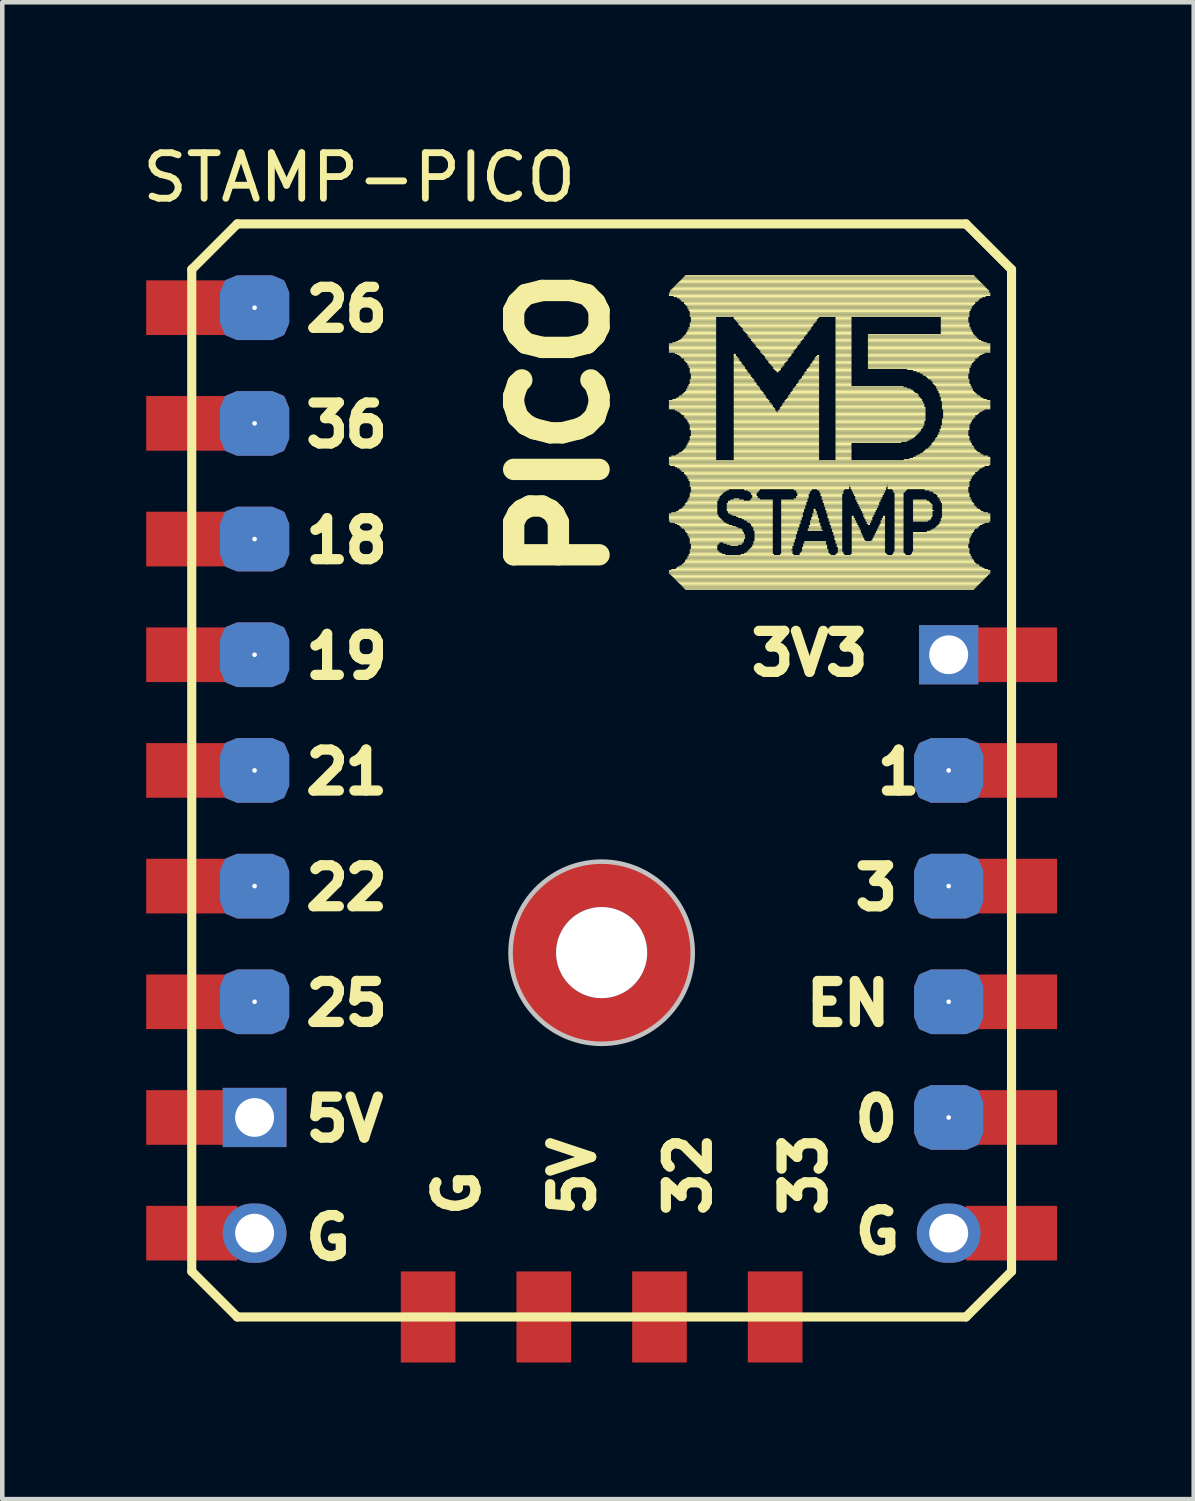
<source format=kicad_pcb>
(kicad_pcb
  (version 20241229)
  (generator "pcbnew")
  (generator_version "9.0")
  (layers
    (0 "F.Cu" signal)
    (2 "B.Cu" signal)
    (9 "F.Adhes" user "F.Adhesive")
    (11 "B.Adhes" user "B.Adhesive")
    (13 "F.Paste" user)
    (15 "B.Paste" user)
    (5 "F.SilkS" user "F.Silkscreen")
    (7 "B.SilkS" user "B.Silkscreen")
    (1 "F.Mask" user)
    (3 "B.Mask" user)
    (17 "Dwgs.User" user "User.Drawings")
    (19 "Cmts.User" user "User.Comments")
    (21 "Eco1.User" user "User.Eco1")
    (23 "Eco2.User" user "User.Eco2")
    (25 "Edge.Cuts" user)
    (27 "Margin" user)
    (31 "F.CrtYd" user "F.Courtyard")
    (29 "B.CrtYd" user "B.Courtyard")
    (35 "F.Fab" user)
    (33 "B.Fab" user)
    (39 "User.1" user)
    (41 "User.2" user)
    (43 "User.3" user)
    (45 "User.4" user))
  (footprint "STAMP-PICO"
    (layer "F.Cu")
    (at 10.16 17.866)
    (property "Reference" "STAMP-PICO" (at -10.16 -17.018 0) (layer "F.SilkS") (effects (font (size 1 1) (thickness 0.15)) (justify left)))
    (attr through_hole)
    (fp_line (start -9 -15) (end -8 -16) (stroke (width 0.2) (type solid)) (layer "F.SilkS"))
    (fp_line (start -9 7) (end -9 -15) (stroke (width 0.2) (type solid)) (layer "F.SilkS"))
    (fp_line (start -8 -16) (end 8 -16) (stroke (width 0.2) (type solid)) (layer "F.SilkS"))
    (fp_line (start -8 8) (end -9 7) (stroke (width 0.2) (type solid)) (layer "F.SilkS"))
    (fp_line (start 1.488 -14.481) (end 8.524 -14.481) (stroke (width 0.025) (type solid)) (layer "F.SilkS"))
    (fp_line (start 1.488 -14.456) (end 8.524 -14.456) (stroke (width 0.025) (type solid)) (layer "F.SilkS"))
    (fp_line (start 1.488 -14.43) (end 8.524 -14.43) (stroke (width 0.025) (type solid)) (layer "F.SilkS"))
    (fp_line (start 1.488 -13.363) (end 2.504 -13.363) (stroke (width 0.025) (type solid)) (layer "F.SilkS"))
    (fp_line (start 1.488 -13.338) (end 2.504 -13.338) (stroke (width 0.025) (type solid)) (layer "F.SilkS"))
    (fp_line (start 1.488 -13.313) (end 2.504 -13.313) (stroke (width 0.025) (type solid)) (layer "F.SilkS"))
    (fp_line (start 1.488 -13.287) (end 2.504 -13.287) (stroke (width 0.025) (type solid)) (layer "F.SilkS"))
    (fp_line (start 1.488 -13.262) (end 2.504 -13.262) (stroke (width 0.025) (type solid)) (layer "F.SilkS"))
    (fp_line (start 1.488 -13.236) (end 2.504 -13.236) (stroke (width 0.025) (type solid)) (layer "F.SilkS"))
    (fp_line (start 1.488 -13.211) (end 2.504 -13.211) (stroke (width 0.025) (type solid)) (layer "F.SilkS"))
    (fp_line (start 1.488 -13.186) (end 2.504 -13.186) (stroke (width 0.025) (type solid)) (layer "F.SilkS"))
    (fp_line (start 1.488 -12.119) (end 2.504 -12.119) (stroke (width 0.025) (type solid)) (layer "F.SilkS"))
    (fp_line (start 1.488 -12.093) (end 2.504 -12.093) (stroke (width 0.025) (type solid)) (layer "F.SilkS"))
    (fp_line (start 1.488 -12.068) (end 2.504 -12.068) (stroke (width 0.025) (type solid)) (layer "F.SilkS"))
    (fp_line (start 1.488 -12.043) (end 2.504 -12.043) (stroke (width 0.025) (type solid)) (layer "F.SilkS"))
    (fp_line (start 1.488 -12.017) (end 2.504 -12.017) (stroke (width 0.025) (type solid)) (layer "F.SilkS"))
    (fp_line (start 1.488 -11.992) (end 2.504 -11.992) (stroke (width 0.025) (type solid)) (layer "F.SilkS"))
    (fp_line (start 1.488 -11.966) (end 2.504 -11.966) (stroke (width 0.025) (type solid)) (layer "F.SilkS"))
    (fp_line (start 1.488 -11.941) (end 2.504 -11.941) (stroke (width 0.025) (type solid)) (layer "F.SilkS"))
    (fp_line (start 1.488 -10.874) (end 2.504 -10.874) (stroke (width 0.025) (type solid)) (layer "F.SilkS"))
    (fp_line (start 1.488 -10.849) (end 2.504 -10.849) (stroke (width 0.025) (type solid)) (layer "F.SilkS"))
    (fp_line (start 1.488 -10.823) (end 2.504 -10.823) (stroke (width 0.025) (type solid)) (layer "F.SilkS"))
    (fp_line (start 1.488 -10.798) (end 8.524 -10.798) (stroke (width 0.025) (type solid)) (layer "F.SilkS"))
    (fp_line (start 1.488 -10.773) (end 8.524 -10.773) (stroke (width 0.025) (type solid)) (layer "F.SilkS"))
    (fp_line (start 1.488 -10.747) (end 8.524 -10.747) (stroke (width 0.025) (type solid)) (layer "F.SilkS"))
    (fp_line (start 1.488 -10.722) (end 8.524 -10.722) (stroke (width 0.025) (type solid)) (layer "F.SilkS"))
    (fp_line (start 1.488 -9.63) (end 2.529 -9.63) (stroke (width 0.025) (type solid)) (layer "F.SilkS"))
    (fp_line (start 1.488 -9.604) (end 2.555 -9.604) (stroke (width 0.025) (type solid)) (layer "F.SilkS"))
    (fp_line (start 1.488 -9.579) (end 2.555 -9.579) (stroke (width 0.025) (type solid)) (layer "F.SilkS"))
    (fp_line (start 1.488 -9.553) (end 2.58 -9.553) (stroke (width 0.025) (type solid)) (layer "F.SilkS"))
    (fp_line (start 1.488 -9.528) (end 2.605 -9.528) (stroke (width 0.025) (type solid)) (layer "F.SilkS"))
    (fp_line (start 1.488 -9.503) (end 2.631 -9.503) (stroke (width 0.025) (type solid)) (layer "F.SilkS"))
    (fp_line (start 1.488 -9.477) (end 2.656 -9.477) (stroke (width 0.025) (type solid)) (layer "F.SilkS"))
    (fp_line (start 1.488 -8.385) (end 8.524 -8.385) (stroke (width 0.025) (type solid)) (layer "F.SilkS"))
    (fp_line (start 1.488 -8.36) (end 8.524 -8.36) (stroke (width 0.025) (type solid)) (layer "F.SilkS"))
    (fp_line (start 1.488 -8.334) (end 8.524 -8.334) (stroke (width 0.025) (type solid)) (layer "F.SilkS"))
    (fp_line (start 1.513 -14.532) (end 8.498 -14.532) (stroke (width 0.025) (type solid)) (layer "F.SilkS"))
    (fp_line (start 1.513 -14.506) (end 8.498 -14.506) (stroke (width 0.025) (type solid)) (layer "F.SilkS"))
    (fp_line (start 1.513 -10.696) (end 8.498 -10.696) (stroke (width 0.025) (type solid)) (layer "F.SilkS"))
    (fp_line (start 1.513 -9.452) (end 2.682 -9.452) (stroke (width 0.025) (type solid)) (layer "F.SilkS"))
    (fp_line (start 1.513 -8.309) (end 8.498 -8.309) (stroke (width 0.025) (type solid)) (layer "F.SilkS"))
    (fp_line (start 1.539 -14.557) (end 8.473 -14.557) (stroke (width 0.025) (type solid)) (layer "F.SilkS"))
    (fp_line (start 1.539 -10.9) (end 2.504 -10.9) (stroke (width 0.025) (type solid)) (layer "F.SilkS"))
    (fp_line (start 1.539 -9.655) (end 2.529 -9.655) (stroke (width 0.025) (type solid)) (layer "F.SilkS"))
    (fp_line (start 1.539 -8.41) (end 8.473 -8.41) (stroke (width 0.025) (type solid)) (layer "F.SilkS"))
    (fp_line (start 1.539 -8.283) (end 8.473 -8.283) (stroke (width 0.025) (type solid)) (layer "F.SilkS"))
    (fp_line (start 1.564 -14.583) (end 8.447 -14.583) (stroke (width 0.025) (type solid)) (layer "F.SilkS"))
    (fp_line (start 1.564 -13.389) (end 2.504 -13.389) (stroke (width 0.025) (type solid)) (layer "F.SilkS"))
    (fp_line (start 1.564 -12.144) (end 2.504 -12.144) (stroke (width 0.025) (type solid)) (layer "F.SilkS"))
    (fp_line (start 1.564 -8.258) (end 8.447 -8.258) (stroke (width 0.025) (type solid)) (layer "F.SilkS"))
    (fp_line (start 1.589 -14.608) (end 8.422 -14.608) (stroke (width 0.025) (type solid)) (layer "F.SilkS"))
    (fp_line (start 1.589 -14.405) (end 8.422 -14.405) (stroke (width 0.025) (type solid)) (layer "F.SilkS"))
    (fp_line (start 1.589 -8.233) (end 8.422 -8.233) (stroke (width 0.025) (type solid)) (layer "F.SilkS"))
    (fp_line (start 1.615 -14.633) (end 8.397 -14.633) (stroke (width 0.025) (type solid)) (layer "F.SilkS"))
    (fp_line (start 1.615 -13.16) (end 2.504 -13.16) (stroke (width 0.025) (type solid)) (layer "F.SilkS"))
    (fp_line (start 1.615 -11.916) (end 2.504 -11.916) (stroke (width 0.025) (type solid)) (layer "F.SilkS"))
    (fp_line (start 1.615 -10.671) (end 8.397 -10.671) (stroke (width 0.025) (type solid)) (layer "F.SilkS"))
    (fp_line (start 1.615 -9.426) (end 2.732 -9.426) (stroke (width 0.025) (type solid)) (layer "F.SilkS"))
    (fp_line (start 1.615 -8.207) (end 8.397 -8.207) (stroke (width 0.025) (type solid)) (layer "F.SilkS"))
    (fp_line (start 1.64 -14.659) (end 8.371 -14.659) (stroke (width 0.025) (type solid)) (layer "F.SilkS"))
    (fp_line (start 1.64 -13.414) (end 2.504 -13.414) (stroke (width 0.025) (type solid)) (layer "F.SilkS"))
    (fp_line (start 1.64 -12.17) (end 2.504 -12.17) (stroke (width 0.025) (type solid)) (layer "F.SilkS"))
    (fp_line (start 1.64 -10.925) (end 2.504 -10.925) (stroke (width 0.025) (type solid)) (layer "F.SilkS"))
    (fp_line (start 1.64 -9.68) (end 2.529 -9.68) (stroke (width 0.025) (type solid)) (layer "F.SilkS"))
    (fp_line (start 1.64 -8.436) (end 8.397 -8.436) (stroke (width 0.025) (type solid)) (layer "F.SilkS"))
    (fp_line (start 1.64 -8.182) (end 8.371 -8.182) (stroke (width 0.025) (type solid)) (layer "F.SilkS"))
    (fp_line (start 1.666 -14.684) (end 8.346 -14.684) (stroke (width 0.025) (type solid)) (layer "F.SilkS"))
    (fp_line (start 1.666 -14.379) (end 8.346 -14.379) (stroke (width 0.025) (type solid)) (layer "F.SilkS"))
    (fp_line (start 1.666 -13.135) (end 2.504 -13.135) (stroke (width 0.025) (type solid)) (layer "F.SilkS"))
    (fp_line (start 1.666 -11.89) (end 2.504 -11.89) (stroke (width 0.025) (type solid)) (layer "F.SilkS"))
    (fp_line (start 1.666 -10.646) (end 8.346 -10.646) (stroke (width 0.025) (type solid)) (layer "F.SilkS"))
    (fp_line (start 1.666 -9.401) (end 2.783 -9.401) (stroke (width 0.025) (type solid)) (layer "F.SilkS"))
    (fp_line (start 1.666 -8.461) (end 8.346 -8.461) (stroke (width 0.025) (type solid)) (layer "F.SilkS"))
    (fp_line (start 1.666 -8.156) (end 8.346 -8.156) (stroke (width 0.025) (type solid)) (layer "F.SilkS"))
    (fp_line (start 1.691 -14.71) (end 8.32 -14.71) (stroke (width 0.025) (type solid)) (layer "F.SilkS"))
    (fp_line (start 1.691 -13.44) (end 2.504 -13.44) (stroke (width 0.025) (type solid)) (layer "F.SilkS"))
    (fp_line (start 1.691 -12.195) (end 2.504 -12.195) (stroke (width 0.025) (type solid)) (layer "F.SilkS"))
    (fp_line (start 1.691 -10.95) (end 2.504 -10.95) (stroke (width 0.025) (type solid)) (layer "F.SilkS"))
    (fp_line (start 1.691 -9.706) (end 2.529 -9.706) (stroke (width 0.025) (type solid)) (layer "F.SilkS"))
    (fp_line (start 1.691 -8.131) (end 8.32 -8.131) (stroke (width 0.025) (type solid)) (layer "F.SilkS"))
    (fp_line (start 1.716 -14.735) (end 8.295 -14.735) (stroke (width 0.025) (type solid)) (layer "F.SilkS"))
    (fp_line (start 1.716 -14.354) (end 8.295 -14.354) (stroke (width 0.025) (type solid)) (layer "F.SilkS"))
    (fp_line (start 1.716 -13.109) (end 2.504 -13.109) (stroke (width 0.025) (type solid)) (layer "F.SilkS"))
    (fp_line (start 1.716 -12.22) (end 2.504 -12.22) (stroke (width 0.025) (type solid)) (layer "F.SilkS"))
    (fp_line (start 1.716 -11.865) (end 2.504 -11.865) (stroke (width 0.025) (type solid)) (layer "F.SilkS"))
    (fp_line (start 1.716 -10.976) (end 2.504 -10.976) (stroke (width 0.025) (type solid)) (layer "F.SilkS"))
    (fp_line (start 1.716 -10.62) (end 8.295 -10.62) (stroke (width 0.025) (type solid)) (layer "F.SilkS"))
    (fp_line (start 1.716 -9.731) (end 2.529 -9.731) (stroke (width 0.025) (type solid)) (layer "F.SilkS"))
    (fp_line (start 1.716 -9.376) (end 2.859 -9.376) (stroke (width 0.025) (type solid)) (layer "F.SilkS"))
    (fp_line (start 1.716 -8.487) (end 8.295 -8.487) (stroke (width 0.025) (type solid)) (layer "F.SilkS"))
    (fp_line (start 1.716 -8.106) (end 8.295 -8.106) (stroke (width 0.025) (type solid)) (layer "F.SilkS"))
    (fp_line (start 1.742 -14.76) (end 8.27 -14.76) (stroke (width 0.025) (type solid)) (layer "F.SilkS"))
    (fp_line (start 1.742 -14.329) (end 8.27 -14.329) (stroke (width 0.025) (type solid)) (layer "F.SilkS"))
    (fp_line (start 1.742 -13.465) (end 2.504 -13.465) (stroke (width 0.025) (type solid)) (layer "F.SilkS"))
    (fp_line (start 1.742 -13.084) (end 2.504 -13.084) (stroke (width 0.025) (type solid)) (layer "F.SilkS"))
    (fp_line (start 1.742 -11.839) (end 2.504 -11.839) (stroke (width 0.025) (type solid)) (layer "F.SilkS"))
    (fp_line (start 1.742 -10.595) (end 8.27 -10.595) (stroke (width 0.025) (type solid)) (layer "F.SilkS"))
    (fp_line (start 1.742 -9.35) (end 2.936 -9.35) (stroke (width 0.025) (type solid)) (layer "F.SilkS"))
    (fp_line (start 1.742 -8.08) (end 8.27 -8.08) (stroke (width 0.025) (type solid)) (layer "F.SilkS"))
    (fp_line (start 1.767 -14.786) (end 8.244 -14.786) (stroke (width 0.025) (type solid)) (layer "F.SilkS"))
    (fp_line (start 1.767 -14.303) (end 8.244 -14.303) (stroke (width 0.025) (type solid)) (layer "F.SilkS"))
    (fp_line (start 1.767 -13.49) (end 2.504 -13.49) (stroke (width 0.025) (type solid)) (layer "F.SilkS"))
    (fp_line (start 1.767 -13.059) (end 2.504 -13.059) (stroke (width 0.025) (type solid)) (layer "F.SilkS"))
    (fp_line (start 1.767 -12.246) (end 2.504 -12.246) (stroke (width 0.025) (type solid)) (layer "F.SilkS"))
    (fp_line (start 1.767 -11.814) (end 2.504 -11.814) (stroke (width 0.025) (type solid)) (layer "F.SilkS"))
    (fp_line (start 1.767 -11.001) (end 2.504 -11.001) (stroke (width 0.025) (type solid)) (layer "F.SilkS"))
    (fp_line (start 1.767 -10.569) (end 8.244 -10.569) (stroke (width 0.025) (type solid)) (layer "F.SilkS"))
    (fp_line (start 1.767 -9.757) (end 2.529 -9.757) (stroke (width 0.025) (type solid)) (layer "F.SilkS"))
    (fp_line (start 1.767 -9.325) (end 2.986 -9.325) (stroke (width 0.025) (type solid)) (layer "F.SilkS"))
    (fp_line (start 1.767 -8.512) (end 8.27 -8.512) (stroke (width 0.025) (type solid)) (layer "F.SilkS"))
    (fp_line (start 1.767 -8.055) (end 8.244 -8.055) (stroke (width 0.025) (type solid)) (layer "F.SilkS"))
    (fp_line (start 1.793 -14.811) (end 8.219 -14.811) (stroke (width 0.025) (type solid)) (layer "F.SilkS"))
    (fp_line (start 1.793 -13.516) (end 2.504 -13.516) (stroke (width 0.025) (type solid)) (layer "F.SilkS"))
    (fp_line (start 1.793 -12.271) (end 2.504 -12.271) (stroke (width 0.025) (type solid)) (layer "F.SilkS"))
    (fp_line (start 1.793 -11.027) (end 2.504 -11.027) (stroke (width 0.025) (type solid)) (layer "F.SilkS"))
    (fp_line (start 1.793 -9.782) (end 2.529 -9.782) (stroke (width 0.025) (type solid)) (layer "F.SilkS"))
    (fp_line (start 1.793 -8.537) (end 8.219 -8.537) (stroke (width 0.025) (type solid)) (layer "F.SilkS"))
    (fp_line (start 1.793 -8.029) (end 8.219 -8.029) (stroke (width 0.025) (type solid)) (layer "F.SilkS"))
    (fp_line (start 1.818 -14.837) (end 8.193 -14.837) (stroke (width 0.025) (type solid)) (layer "F.SilkS"))
    (fp_line (start 1.818 -14.278) (end 8.193 -14.278) (stroke (width 0.025) (type solid)) (layer "F.SilkS"))
    (fp_line (start 1.818 -14.252) (end 8.193 -14.252) (stroke (width 0.025) (type solid)) (layer "F.SilkS"))
    (fp_line (start 1.818 -13.541) (end 2.504 -13.541) (stroke (width 0.025) (type solid)) (layer "F.SilkS"))
    (fp_line (start 1.818 -13.033) (end 2.504 -13.033) (stroke (width 0.025) (type solid)) (layer "F.SilkS"))
    (fp_line (start 1.818 -13.008) (end 2.504 -13.008) (stroke (width 0.025) (type solid)) (layer "F.SilkS"))
    (fp_line (start 1.818 -12.297) (end 2.504 -12.297) (stroke (width 0.025) (type solid)) (layer "F.SilkS"))
    (fp_line (start 1.818 -11.789) (end 2.504 -11.789) (stroke (width 0.025) (type solid)) (layer "F.SilkS"))
    (fp_line (start 1.818 -11.763) (end 2.504 -11.763) (stroke (width 0.025) (type solid)) (layer "F.SilkS"))
    (fp_line (start 1.818 -11.052) (end 2.504 -11.052) (stroke (width 0.025) (type solid)) (layer "F.SilkS"))
    (fp_line (start 1.818 -10.544) (end 8.193 -10.544) (stroke (width 0.025) (type solid)) (layer "F.SilkS"))
    (fp_line (start 1.818 -10.519) (end 8.193 -10.519) (stroke (width 0.025) (type solid)) (layer "F.SilkS"))
    (fp_line (start 1.818 -9.807) (end 2.529 -9.807) (stroke (width 0.025) (type solid)) (layer "F.SilkS"))
    (fp_line (start 1.818 -9.299) (end 3.063 -9.299) (stroke (width 0.025) (type solid)) (layer "F.SilkS"))
    (fp_line (start 1.818 -8.563) (end 8.193 -8.563) (stroke (width 0.025) (type solid)) (layer "F.SilkS"))
    (fp_line (start 1.818 -8.004) (end 8.193 -8.004) (stroke (width 0.025) (type solid)) (layer "F.SilkS"))
    (fp_line (start 1.843 -14.862) (end 8.168 -14.862) (stroke (width 0.025) (type solid)) (layer "F.SilkS"))
    (fp_line (start 1.843 -14.227) (end 8.168 -14.227) (stroke (width 0.025) (type solid)) (layer "F.SilkS"))
    (fp_line (start 1.843 -13.567) (end 2.504 -13.567) (stroke (width 0.025) (type solid)) (layer "F.SilkS"))
    (fp_line (start 1.843 -12.982) (end 2.504 -12.982) (stroke (width 0.025) (type solid)) (layer "F.SilkS"))
    (fp_line (start 1.843 -12.322) (end 2.504 -12.322) (stroke (width 0.025) (type solid)) (layer "F.SilkS"))
    (fp_line (start 1.843 -11.738) (end 2.504 -11.738) (stroke (width 0.025) (type solid)) (layer "F.SilkS"))
    (fp_line (start 1.843 -11.077) (end 2.504 -11.077) (stroke (width 0.025) (type solid)) (layer "F.SilkS"))
    (fp_line (start 1.843 -10.493) (end 8.168 -10.493) (stroke (width 0.025) (type solid)) (layer "F.SilkS"))
    (fp_line (start 1.843 -9.858) (end 2.529 -9.858) (stroke (width 0.025) (type solid)) (layer "F.SilkS"))
    (fp_line (start 1.843 -9.833) (end 2.529 -9.833) (stroke (width 0.025) (type solid)) (layer "F.SilkS"))
    (fp_line (start 1.843 -9.274) (end 3.088 -9.274) (stroke (width 0.025) (type solid)) (layer "F.SilkS"))
    (fp_line (start 1.843 -9.249) (end 3.088 -9.249) (stroke (width 0.025) (type solid)) (layer "F.SilkS"))
    (fp_line (start 1.843 -8.614) (end 8.168 -8.614) (stroke (width 0.025) (type solid)) (layer "F.SilkS"))
    (fp_line (start 1.843 -8.588) (end 8.168 -8.588) (stroke (width 0.025) (type solid)) (layer "F.SilkS"))
    (fp_line (start 1.843 -7.979) (end 8.168 -7.979) (stroke (width 0.025) (type solid)) (layer "F.SilkS"))
    (fp_line (start 1.869 -14.202) (end 8.143 -14.202) (stroke (width 0.025) (type solid)) (layer "F.SilkS"))
    (fp_line (start 1.869 -13.617) (end 2.504 -13.617) (stroke (width 0.025) (type solid)) (layer "F.SilkS"))
    (fp_line (start 1.869 -13.592) (end 2.504 -13.592) (stroke (width 0.025) (type solid)) (layer "F.SilkS"))
    (fp_line (start 1.869 -12.957) (end 2.504 -12.957) (stroke (width 0.025) (type solid)) (layer "F.SilkS"))
    (fp_line (start 1.869 -12.373) (end 2.504 -12.373) (stroke (width 0.025) (type solid)) (layer "F.SilkS"))
    (fp_line (start 1.869 -12.347) (end 2.504 -12.347) (stroke (width 0.025) (type solid)) (layer "F.SilkS"))
    (fp_line (start 1.869 -11.712) (end 2.504 -11.712) (stroke (width 0.025) (type solid)) (layer "F.SilkS"))
    (fp_line (start 1.869 -11.128) (end 2.504 -11.128) (stroke (width 0.025) (type solid)) (layer "F.SilkS"))
    (fp_line (start 1.869 -11.103) (end 2.504 -11.103) (stroke (width 0.025) (type solid)) (layer "F.SilkS"))
    (fp_line (start 1.869 -10.468) (end 8.143 -10.468) (stroke (width 0.025) (type solid)) (layer "F.SilkS"))
    (fp_line (start 1.869 -9.884) (end 2.529 -9.884) (stroke (width 0.025) (type solid)) (layer "F.SilkS"))
    (fp_line (start 1.869 -9.223) (end 3.113 -9.223) (stroke (width 0.025) (type solid)) (layer "F.SilkS"))
    (fp_line (start 1.869 -8.639) (end 8.143 -8.639) (stroke (width 0.025) (type solid)) (layer "F.SilkS"))
    (fp_line (start 1.894 -14.176) (end 8.117 -14.176) (stroke (width 0.025) (type solid)) (layer "F.SilkS"))
    (fp_line (start 1.894 -14.151) (end 8.117 -14.151) (stroke (width 0.025) (type solid)) (layer "F.SilkS"))
    (fp_line (start 1.894 -13.668) (end 2.504 -13.668) (stroke (width 0.025) (type solid)) (layer "F.SilkS"))
    (fp_line (start 1.894 -13.643) (end 2.504 -13.643) (stroke (width 0.025) (type solid)) (layer "F.SilkS"))
    (fp_line (start 1.894 -12.932) (end 2.504 -12.932) (stroke (width 0.025) (type solid)) (layer "F.SilkS"))
    (fp_line (start 1.894 -12.906) (end 2.504 -12.906) (stroke (width 0.025) (type solid)) (layer "F.SilkS"))
    (fp_line (start 1.894 -12.424) (end 2.504 -12.424) (stroke (width 0.025) (type solid)) (layer "F.SilkS"))
    (fp_line (start 1.894 -12.398) (end 2.504 -12.398) (stroke (width 0.025) (type solid)) (layer "F.SilkS"))
    (fp_line (start 1.894 -11.687) (end 2.504 -11.687) (stroke (width 0.025) (type solid)) (layer "F.SilkS"))
    (fp_line (start 1.894 -11.662) (end 2.504 -11.662) (stroke (width 0.025) (type solid)) (layer "F.SilkS"))
    (fp_line (start 1.894 -11.179) (end 2.504 -11.179) (stroke (width 0.025) (type solid)) (layer "F.SilkS"))
    (fp_line (start 1.894 -11.154) (end 2.504 -11.154) (stroke (width 0.025) (type solid)) (layer "F.SilkS"))
    (fp_line (start 1.894 -10.442) (end 8.117 -10.442) (stroke (width 0.025) (type solid)) (layer "F.SilkS"))
    (fp_line (start 1.894 -10.417) (end 8.117 -10.417) (stroke (width 0.025) (type solid)) (layer "F.SilkS"))
    (fp_line (start 1.894 -9.934) (end 2.555 -9.934) (stroke (width 0.025) (type solid)) (layer "F.SilkS"))
    (fp_line (start 1.894 -9.909) (end 2.529 -9.909) (stroke (width 0.025) (type solid)) (layer "F.SilkS"))
    (fp_line (start 1.894 -9.198) (end 3.113 -9.198) (stroke (width 0.025) (type solid)) (layer "F.SilkS"))
    (fp_line (start 1.894 -9.172) (end 3.139 -9.172) (stroke (width 0.025) (type solid)) (layer "F.SilkS"))
    (fp_line (start 1.894 -8.69) (end 8.117 -8.69) (stroke (width 0.025) (type solid)) (layer "F.SilkS"))
    (fp_line (start 1.894 -8.664) (end 8.117 -8.664) (stroke (width 0.025) (type solid)) (layer "F.SilkS"))
    (fp_line (start 1.92 -14.125) (end 8.092 -14.125) (stroke (width 0.025) (type solid)) (layer "F.SilkS"))
    (fp_line (start 1.92 -14.1) (end 8.092 -14.1) (stroke (width 0.025) (type solid)) (layer "F.SilkS"))
    (fp_line (start 1.92 -13.719) (end 2.504 -13.719) (stroke (width 0.025) (type solid)) (layer "F.SilkS"))
    (fp_line (start 1.92 -13.694) (end 2.504 -13.694) (stroke (width 0.025) (type solid)) (layer "F.SilkS"))
    (fp_line (start 1.92 -12.881) (end 2.504 -12.881) (stroke (width 0.025) (type solid)) (layer "F.SilkS"))
    (fp_line (start 1.92 -12.855) (end 2.504 -12.855) (stroke (width 0.025) (type solid)) (layer "F.SilkS"))
    (fp_line (start 1.92 -12.474) (end 2.504 -12.474) (stroke (width 0.025) (type solid)) (layer "F.SilkS"))
    (fp_line (start 1.92 -12.449) (end 2.504 -12.449) (stroke (width 0.025) (type solid)) (layer "F.SilkS"))
    (fp_line (start 1.92 -11.636) (end 2.504 -11.636) (stroke (width 0.025) (type solid)) (layer "F.SilkS"))
    (fp_line (start 1.92 -11.611) (end 2.504 -11.611) (stroke (width 0.025) (type solid)) (layer "F.SilkS"))
    (fp_line (start 1.92 -11.23) (end 2.504 -11.23) (stroke (width 0.025) (type solid)) (layer "F.SilkS"))
    (fp_line (start 1.92 -11.204) (end 2.504 -11.204) (stroke (width 0.025) (type solid)) (layer "F.SilkS"))
    (fp_line (start 1.92 -10.392) (end 8.092 -10.392) (stroke (width 0.025) (type solid)) (layer "F.SilkS"))
    (fp_line (start 1.92 -10.366) (end 8.092 -10.366) (stroke (width 0.025) (type solid)) (layer "F.SilkS"))
    (fp_line (start 1.92 -9.985) (end 2.58 -9.985) (stroke (width 0.025) (type solid)) (layer "F.SilkS"))
    (fp_line (start 1.92 -9.96) (end 2.555 -9.96) (stroke (width 0.025) (type solid)) (layer "F.SilkS"))
    (fp_line (start 1.92 -9.147) (end 3.139 -9.147) (stroke (width 0.025) (type solid)) (layer "F.SilkS"))
    (fp_line (start 1.92 -9.122) (end 3.139 -9.122) (stroke (width 0.025) (type solid)) (layer "F.SilkS"))
    (fp_line (start 1.92 -8.741) (end 2.707 -8.741) (stroke (width 0.025) (type solid)) (layer "F.SilkS"))
    (fp_line (start 1.92 -8.715) (end 8.092 -8.715) (stroke (width 0.025) (type solid)) (layer "F.SilkS"))
    (fp_line (start 1.945 -14.075) (end 8.066 -14.075) (stroke (width 0.025) (type solid)) (layer "F.SilkS"))
    (fp_line (start 1.945 -14.049) (end 8.066 -14.049) (stroke (width 0.025) (type solid)) (layer "F.SilkS"))
    (fp_line (start 1.945 -14.024) (end 8.066 -14.024) (stroke (width 0.025) (type solid)) (layer "F.SilkS"))
    (fp_line (start 1.945 -13.998) (end 8.066 -13.998) (stroke (width 0.025) (type solid)) (layer "F.SilkS"))
    (fp_line (start 1.945 -13.973) (end 8.066 -13.973) (stroke (width 0.025) (type solid)) (layer "F.SilkS"))
    (fp_line (start 1.945 -13.821) (end 2.504 -13.821) (stroke (width 0.025) (type solid)) (layer "F.SilkS"))
    (fp_line (start 1.945 -13.795) (end 2.504 -13.795) (stroke (width 0.025) (type solid)) (layer "F.SilkS"))
    (fp_line (start 1.945 -13.77) (end 2.504 -13.77) (stroke (width 0.025) (type solid)) (layer "F.SilkS"))
    (fp_line (start 1.945 -13.744) (end 2.504 -13.744) (stroke (width 0.025) (type solid)) (layer "F.SilkS"))
    (fp_line (start 1.945 -12.83) (end 2.504 -12.83) (stroke (width 0.025) (type solid)) (layer "F.SilkS"))
    (fp_line (start 1.945 -12.805) (end 2.504 -12.805) (stroke (width 0.025) (type solid)) (layer "F.SilkS"))
    (fp_line (start 1.945 -12.779) (end 2.504 -12.779) (stroke (width 0.025) (type solid)) (layer "F.SilkS"))
    (fp_line (start 1.945 -12.754) (end 2.504 -12.754) (stroke (width 0.025) (type solid)) (layer "F.SilkS"))
    (fp_line (start 1.945 -12.728) (end 2.504 -12.728) (stroke (width 0.025) (type solid)) (layer "F.SilkS"))
    (fp_line (start 1.945 -12.576) (end 2.504 -12.576) (stroke (width 0.025) (type solid)) (layer "F.SilkS"))
    (fp_line (start 1.945 -12.551) (end 2.504 -12.551) (stroke (width 0.025) (type solid)) (layer "F.SilkS"))
    (fp_line (start 1.945 -12.525) (end 2.504 -12.525) (stroke (width 0.025) (type solid)) (layer "F.SilkS"))
    (fp_line (start 1.945 -12.5) (end 2.504 -12.5) (stroke (width 0.025) (type solid)) (layer "F.SilkS"))
    (fp_line (start 1.945 -11.585) (end 2.504 -11.585) (stroke (width 0.025) (type solid)) (layer "F.SilkS"))
    (fp_line (start 1.945 -11.56) (end 2.504 -11.56) (stroke (width 0.025) (type solid)) (layer "F.SilkS"))
    (fp_line (start 1.945 -11.535) (end 2.504 -11.535) (stroke (width 0.025) (type solid)) (layer "F.SilkS"))
    (fp_line (start 1.945 -11.509) (end 2.504 -11.509) (stroke (width 0.025) (type solid)) (layer "F.SilkS"))
    (fp_line (start 1.945 -11.484) (end 2.504 -11.484) (stroke (width 0.025) (type solid)) (layer "F.SilkS"))
    (fp_line (start 1.945 -11.331) (end 2.504 -11.331) (stroke (width 0.025) (type solid)) (layer "F.SilkS"))
    (fp_line (start 1.945 -11.306) (end 2.504 -11.306) (stroke (width 0.025) (type solid)) (layer "F.SilkS"))
    (fp_line (start 1.945 -11.281) (end 2.504 -11.281) (stroke (width 0.025) (type solid)) (layer "F.SilkS"))
    (fp_line (start 1.945 -11.255) (end 2.504 -11.255) (stroke (width 0.025) (type solid)) (layer "F.SilkS"))
    (fp_line (start 1.945 -10.341) (end 8.066 -10.341) (stroke (width 0.025) (type solid)) (layer "F.SilkS"))
    (fp_line (start 1.945 -10.315) (end 8.066 -10.315) (stroke (width 0.025) (type solid)) (layer "F.SilkS"))
    (fp_line (start 1.945 -10.29) (end 8.066 -10.29) (stroke (width 0.025) (type solid)) (layer "F.SilkS"))
    (fp_line (start 1.945 -10.265) (end 5.425 -10.265) (stroke (width 0.025) (type solid)) (layer "F.SilkS"))
    (fp_line (start 1.945 -10.239) (end 5.425 -10.239) (stroke (width 0.025) (type solid)) (layer "F.SilkS"))
    (fp_line (start 1.945 -10.087) (end 2.656 -10.087) (stroke (width 0.025) (type solid)) (layer "F.SilkS"))
    (fp_line (start 1.945 -10.061) (end 2.631 -10.061) (stroke (width 0.025) (type solid)) (layer "F.SilkS"))
    (fp_line (start 1.945 -10.036) (end 2.605 -10.036) (stroke (width 0.025) (type solid)) (layer "F.SilkS"))
    (fp_line (start 1.945 -10.011) (end 2.58 -10.011) (stroke (width 0.025) (type solid)) (layer "F.SilkS"))
    (fp_line (start 1.945 -9.096) (end 3.139 -9.096) (stroke (width 0.025) (type solid)) (layer "F.SilkS"))
    (fp_line (start 1.945 -9.071) (end 3.113 -9.071) (stroke (width 0.025) (type solid)) (layer "F.SilkS"))
    (fp_line (start 1.945 -9.045) (end 3.113 -9.045) (stroke (width 0.025) (type solid)) (layer "F.SilkS"))
    (fp_line (start 1.945 -9.02) (end 3.113 -9.02) (stroke (width 0.025) (type solid)) (layer "F.SilkS"))
    (fp_line (start 1.945 -8.995) (end 2.58 -8.995) (stroke (width 0.025) (type solid)) (layer "F.SilkS"))
    (fp_line (start 1.945 -8.842) (end 2.529 -8.842) (stroke (width 0.025) (type solid)) (layer "F.SilkS"))
    (fp_line (start 1.945 -8.817) (end 2.555 -8.817) (stroke (width 0.025) (type solid)) (layer "F.SilkS"))
    (fp_line (start 1.945 -8.791) (end 2.58 -8.791) (stroke (width 0.025) (type solid)) (layer "F.SilkS"))
    (fp_line (start 1.945 -8.766) (end 2.631 -8.766) (stroke (width 0.025) (type solid)) (layer "F.SilkS"))
    (fp_line (start 1.97 -13.948) (end 2.504 -13.948) (stroke (width 0.025) (type solid)) (layer "F.SilkS"))
    (fp_line (start 1.97 -13.922) (end 2.504 -13.922) (stroke (width 0.025) (type solid)) (layer "F.SilkS"))
    (fp_line (start 1.97 -13.897) (end 2.504 -13.897) (stroke (width 0.025) (type solid)) (layer "F.SilkS"))
    (fp_line (start 1.97 -13.871) (end 2.504 -13.871) (stroke (width 0.025) (type solid)) (layer "F.SilkS"))
    (fp_line (start 1.97 -13.846) (end 2.504 -13.846) (stroke (width 0.025) (type solid)) (layer "F.SilkS"))
    (fp_line (start 1.97 -12.703) (end 2.504 -12.703) (stroke (width 0.025) (type solid)) (layer "F.SilkS"))
    (fp_line (start 1.97 -12.678) (end 2.504 -12.678) (stroke (width 0.025) (type solid)) (layer "F.SilkS"))
    (fp_line (start 1.97 -12.652) (end 2.504 -12.652) (stroke (width 0.025) (type solid)) (layer "F.SilkS"))
    (fp_line (start 1.97 -12.627) (end 2.504 -12.627) (stroke (width 0.025) (type solid)) (layer "F.SilkS"))
    (fp_line (start 1.97 -12.601) (end 2.504 -12.601) (stroke (width 0.025) (type solid)) (layer "F.SilkS"))
    (fp_line (start 1.97 -11.458) (end 2.504 -11.458) (stroke (width 0.025) (type solid)) (layer "F.SilkS"))
    (fp_line (start 1.97 -11.433) (end 2.504 -11.433) (stroke (width 0.025) (type solid)) (layer "F.SilkS"))
    (fp_line (start 1.97 -11.408) (end 2.504 -11.408) (stroke (width 0.025) (type solid)) (layer "F.SilkS"))
    (fp_line (start 1.97 -11.382) (end 2.504 -11.382) (stroke (width 0.025) (type solid)) (layer "F.SilkS"))
    (fp_line (start 1.97 -11.357) (end 2.504 -11.357) (stroke (width 0.025) (type solid)) (layer "F.SilkS"))
    (fp_line (start 1.97 -10.214) (end 5.425 -10.214) (stroke (width 0.025) (type solid)) (layer "F.SilkS"))
    (fp_line (start 1.97 -10.188) (end 5.425 -10.188) (stroke (width 0.025) (type solid)) (layer "F.SilkS"))
    (fp_line (start 1.97 -10.163) (end 2.783 -10.163) (stroke (width 0.025) (type solid)) (layer "F.SilkS"))
    (fp_line (start 1.97 -10.138) (end 2.732 -10.138) (stroke (width 0.025) (type solid)) (layer "F.SilkS"))
    (fp_line (start 1.97 -10.112) (end 2.682 -10.112) (stroke (width 0.025) (type solid)) (layer "F.SilkS"))
    (fp_line (start 1.97 -8.969) (end 2.555 -8.969) (stroke (width 0.025) (type solid)) (layer "F.SilkS"))
    (fp_line (start 1.97 -8.944) (end 2.529 -8.944) (stroke (width 0.025) (type solid)) (layer "F.SilkS"))
    (fp_line (start 1.97 -8.918) (end 2.529 -8.918) (stroke (width 0.025) (type solid)) (layer "F.SilkS"))
    (fp_line (start 1.97 -8.893) (end 2.529 -8.893) (stroke (width 0.025) (type solid)) (layer "F.SilkS"))
    (fp_line (start 1.97 -8.868) (end 2.529 -8.868) (stroke (width 0.025) (type solid)) (layer "F.SilkS"))
    (fp_line (start 2.682 -8.995) (end 3.088 -8.995) (stroke (width 0.025) (type solid)) (layer "F.SilkS"))
    (fp_line (start 2.758 -9.858) (end 3.748 -9.858) (stroke (width 0.025) (type solid)) (layer "F.SilkS"))
    (fp_line (start 2.758 -9.833) (end 3.748 -9.833) (stroke (width 0.025) (type solid)) (layer "F.SilkS"))
    (fp_line (start 2.758 -9.807) (end 3.748 -9.807) (stroke (width 0.025) (type solid)) (layer "F.SilkS"))
    (fp_line (start 2.758 -9.782) (end 3.748 -9.782) (stroke (width 0.025) (type solid)) (layer "F.SilkS"))
    (fp_line (start 2.758 -9.757) (end 3.748 -9.757) (stroke (width 0.025) (type solid)) (layer "F.SilkS"))
    (fp_line (start 2.758 -9.731) (end 3.748 -9.731) (stroke (width 0.025) (type solid)) (layer "F.SilkS"))
    (fp_line (start 2.758 -9.706) (end 3.748 -9.706) (stroke (width 0.025) (type solid)) (layer "F.SilkS"))
    (fp_line (start 2.758 -8.969) (end 3.063 -8.969) (stroke (width 0.025) (type solid)) (layer "F.SilkS"))
    (fp_line (start 2.783 -9.909) (end 3.748 -9.909) (stroke (width 0.025) (type solid)) (layer "F.SilkS"))
    (fp_line (start 2.783 -9.884) (end 3.748 -9.884) (stroke (width 0.025) (type solid)) (layer "F.SilkS"))
    (fp_line (start 2.783 -9.68) (end 3.748 -9.68) (stroke (width 0.025) (type solid)) (layer "F.SilkS"))
    (fp_line (start 2.783 -9.655) (end 3.748 -9.655) (stroke (width 0.025) (type solid)) (layer "F.SilkS"))
    (fp_line (start 2.834 -9.934) (end 3.113 -9.934) (stroke (width 0.025) (type solid)) (layer "F.SilkS"))
    (fp_line (start 2.834 -9.63) (end 3.748 -9.63) (stroke (width 0.025) (type solid)) (layer "F.SilkS"))
    (fp_line (start 2.834 -8.944) (end 2.986 -8.944) (stroke (width 0.025) (type solid)) (layer "F.SilkS"))
    (fp_line (start 2.885 -9.604) (end 3.748 -9.604) (stroke (width 0.025) (type solid)) (layer "F.SilkS"))
    (fp_line (start 2.91 -13.948) (end 4.764 -13.948) (stroke (width 0.025) (type solid)) (layer "F.SilkS"))
    (fp_line (start 2.91 -13.922) (end 4.739 -13.922) (stroke (width 0.025) (type solid)) (layer "F.SilkS"))
    (fp_line (start 2.91 -13.135) (end 2.936 -13.135) (stroke (width 0.025) (type solid)) (layer "F.SilkS"))
    (fp_line (start 2.91 -13.109) (end 2.936 -13.109) (stroke (width 0.025) (type solid)) (layer "F.SilkS"))
    (fp_line (start 2.91 -13.084) (end 2.961 -13.084) (stroke (width 0.025) (type solid)) (layer "F.SilkS"))
    (fp_line (start 2.91 -13.059) (end 2.986 -13.059) (stroke (width 0.025) (type solid)) (layer "F.SilkS"))
    (fp_line (start 2.91 -13.033) (end 3.012 -13.033) (stroke (width 0.025) (type solid)) (layer "F.SilkS"))
    (fp_line (start 2.91 -13.008) (end 3.012 -13.008) (stroke (width 0.025) (type solid)) (layer "F.SilkS"))
    (fp_line (start 2.91 -12.982) (end 3.037 -12.982) (stroke (width 0.025) (type solid)) (layer "F.SilkS"))
    (fp_line (start 2.91 -12.957) (end 3.063 -12.957) (stroke (width 0.025) (type solid)) (layer "F.SilkS"))
    (fp_line (start 2.91 -12.932) (end 3.063 -12.932) (stroke (width 0.025) (type solid)) (layer "F.SilkS"))
    (fp_line (start 2.91 -12.906) (end 3.088 -12.906) (stroke (width 0.025) (type solid)) (layer "F.SilkS"))
    (fp_line (start 2.91 -12.881) (end 3.113 -12.881) (stroke (width 0.025) (type solid)) (layer "F.SilkS"))
    (fp_line (start 2.91 -12.855) (end 3.139 -12.855) (stroke (width 0.025) (type solid)) (layer "F.SilkS"))
    (fp_line (start 2.91 -12.83) (end 3.139 -12.83) (stroke (width 0.025) (type solid)) (layer "F.SilkS"))
    (fp_line (start 2.91 -12.805) (end 3.164 -12.805) (stroke (width 0.025) (type solid)) (layer "F.SilkS"))
    (fp_line (start 2.91 -12.779) (end 3.19 -12.779) (stroke (width 0.025) (type solid)) (layer "F.SilkS"))
    (fp_line (start 2.91 -12.754) (end 3.19 -12.754) (stroke (width 0.025) (type solid)) (layer "F.SilkS"))
    (fp_line (start 2.91 -12.728) (end 3.215 -12.728) (stroke (width 0.025) (type solid)) (layer "F.SilkS"))
    (fp_line (start 2.91 -12.703) (end 3.24 -12.703) (stroke (width 0.025) (type solid)) (layer "F.SilkS"))
    (fp_line (start 2.91 -12.678) (end 3.266 -12.678) (stroke (width 0.025) (type solid)) (layer "F.SilkS"))
    (fp_line (start 2.91 -12.652) (end 3.266 -12.652) (stroke (width 0.025) (type solid)) (layer "F.SilkS"))
    (fp_line (start 2.91 -12.627) (end 3.291 -12.627) (stroke (width 0.025) (type solid)) (layer "F.SilkS"))
    (fp_line (start 2.91 -12.601) (end 3.317 -12.601) (stroke (width 0.025) (type solid)) (layer "F.SilkS"))
    (fp_line (start 2.91 -12.576) (end 3.342 -12.576) (stroke (width 0.025) (type solid)) (layer "F.SilkS"))
    (fp_line (start 2.91 -12.551) (end 3.342 -12.551) (stroke (width 0.025) (type solid)) (layer "F.SilkS"))
    (fp_line (start 2.91 -12.525) (end 3.367 -12.525) (stroke (width 0.025) (type solid)) (layer "F.SilkS"))
    (fp_line (start 2.91 -12.5) (end 3.393 -12.5) (stroke (width 0.025) (type solid)) (layer "F.SilkS"))
    (fp_line (start 2.91 -12.474) (end 3.393 -12.474) (stroke (width 0.025) (type solid)) (layer "F.SilkS"))
    (fp_line (start 2.91 -12.449) (end 3.418 -12.449) (stroke (width 0.025) (type solid)) (layer "F.SilkS"))
    (fp_line (start 2.91 -12.424) (end 3.444 -12.424) (stroke (width 0.025) (type solid)) (layer "F.SilkS"))
    (fp_line (start 2.91 -12.398) (end 3.469 -12.398) (stroke (width 0.025) (type solid)) (layer "F.SilkS"))
    (fp_line (start 2.91 -12.373) (end 3.469 -12.373) (stroke (width 0.025) (type solid)) (layer "F.SilkS"))
    (fp_line (start 2.91 -12.347) (end 3.494 -12.347) (stroke (width 0.025) (type solid)) (layer "F.SilkS"))
    (fp_line (start 2.91 -12.322) (end 3.52 -12.322) (stroke (width 0.025) (type solid)) (layer "F.SilkS"))
    (fp_line (start 2.91 -12.297) (end 3.545 -12.297) (stroke (width 0.025) (type solid)) (layer "F.SilkS"))
    (fp_line (start 2.91 -12.271) (end 3.545 -12.271) (stroke (width 0.025) (type solid)) (layer "F.SilkS"))
    (fp_line (start 2.91 -12.246) (end 3.571 -12.246) (stroke (width 0.025) (type solid)) (layer "F.SilkS"))
    (fp_line (start 2.91 -12.22) (end 3.596 -12.22) (stroke (width 0.025) (type solid)) (layer "F.SilkS"))
    (fp_line (start 2.91 -12.195) (end 3.596 -12.195) (stroke (width 0.025) (type solid)) (layer "F.SilkS"))
    (fp_line (start 2.91 -12.17) (end 3.621 -12.17) (stroke (width 0.025) (type solid)) (layer "F.SilkS"))
    (fp_line (start 2.91 -12.144) (end 3.647 -12.144) (stroke (width 0.025) (type solid)) (layer "F.SilkS"))
    (fp_line (start 2.91 -12.119) (end 3.672 -12.119) (stroke (width 0.025) (type solid)) (layer "F.SilkS"))
    (fp_line (start 2.91 -12.093) (end 3.672 -12.093) (stroke (width 0.025) (type solid)) (layer "F.SilkS"))
    (fp_line (start 2.91 -12.068) (end 3.698 -12.068) (stroke (width 0.025) (type solid)) (layer "F.SilkS"))
    (fp_line (start 2.91 -12.043) (end 3.723 -12.043) (stroke (width 0.025) (type solid)) (layer "F.SilkS"))
    (fp_line (start 2.91 -12.017) (end 3.748 -12.017) (stroke (width 0.025) (type solid)) (layer "F.SilkS"))
    (fp_line (start 2.91 -11.992) (end 3.748 -11.992) (stroke (width 0.025) (type solid)) (layer "F.SilkS"))
    (fp_line (start 2.91 -11.966) (end 3.774 -11.966) (stroke (width 0.025) (type solid)) (layer "F.SilkS"))
    (fp_line (start 2.91 -11.941) (end 3.799 -11.941) (stroke (width 0.025) (type solid)) (layer "F.SilkS"))
    (fp_line (start 2.91 -11.916) (end 3.799 -11.916) (stroke (width 0.025) (type solid)) (layer "F.SilkS"))
    (fp_line (start 2.91 -11.89) (end 3.825 -11.89) (stroke (width 0.025) (type solid)) (layer "F.SilkS"))
    (fp_line (start 2.91 -11.865) (end 3.85 -11.865) (stroke (width 0.025) (type solid)) (layer "F.SilkS"))
    (fp_line (start 2.91 -11.839) (end 4.764 -11.839) (stroke (width 0.025) (type solid)) (layer "F.SilkS"))
    (fp_line (start 2.91 -11.814) (end 4.764 -11.814) (stroke (width 0.025) (type solid)) (layer "F.SilkS"))
    (fp_line (start 2.91 -11.789) (end 4.764 -11.789) (stroke (width 0.025) (type solid)) (layer "F.SilkS"))
    (fp_line (start 2.91 -11.763) (end 4.764 -11.763) (stroke (width 0.025) (type solid)) (layer "F.SilkS"))
    (fp_line (start 2.91 -11.738) (end 4.764 -11.738) (stroke (width 0.025) (type solid)) (layer "F.SilkS"))
    (fp_line (start 2.91 -11.712) (end 4.764 -11.712) (stroke (width 0.025) (type solid)) (layer "F.SilkS"))
    (fp_line (start 2.91 -11.687) (end 4.764 -11.687) (stroke (width 0.025) (type solid)) (layer "F.SilkS"))
    (fp_line (start 2.91 -11.662) (end 4.764 -11.662) (stroke (width 0.025) (type solid)) (layer "F.SilkS"))
    (fp_line (start 2.91 -11.636) (end 4.764 -11.636) (stroke (width 0.025) (type solid)) (layer "F.SilkS"))
    (fp_line (start 2.91 -11.611) (end 4.764 -11.611) (stroke (width 0.025) (type solid)) (layer "F.SilkS"))
    (fp_line (start 2.91 -11.585) (end 4.764 -11.585) (stroke (width 0.025) (type solid)) (layer "F.SilkS"))
    (fp_line (start 2.91 -11.56) (end 4.764 -11.56) (stroke (width 0.025) (type solid)) (layer "F.SilkS"))
    (fp_line (start 2.91 -11.535) (end 4.764 -11.535) (stroke (width 0.025) (type solid)) (layer "F.SilkS"))
    (fp_line (start 2.91 -11.509) (end 4.764 -11.509) (stroke (width 0.025) (type solid)) (layer "F.SilkS"))
    (fp_line (start 2.91 -11.484) (end 4.764 -11.484) (stroke (width 0.025) (type solid)) (layer "F.SilkS"))
    (fp_line (start 2.91 -11.458) (end 4.764 -11.458) (stroke (width 0.025) (type solid)) (layer "F.SilkS"))
    (fp_line (start 2.91 -11.433) (end 4.764 -11.433) (stroke (width 0.025) (type solid)) (layer "F.SilkS"))
    (fp_line (start 2.91 -11.408) (end 4.764 -11.408) (stroke (width 0.025) (type solid)) (layer "F.SilkS"))
    (fp_line (start 2.91 -11.382) (end 4.764 -11.382) (stroke (width 0.025) (type solid)) (layer "F.SilkS"))
    (fp_line (start 2.91 -11.357) (end 4.764 -11.357) (stroke (width 0.025) (type solid)) (layer "F.SilkS"))
    (fp_line (start 2.91 -11.331) (end 4.764 -11.331) (stroke (width 0.025) (type solid)) (layer "F.SilkS"))
    (fp_line (start 2.91 -11.306) (end 4.764 -11.306) (stroke (width 0.025) (type solid)) (layer "F.SilkS"))
    (fp_line (start 2.91 -11.281) (end 4.764 -11.281) (stroke (width 0.025) (type solid)) (layer "F.SilkS"))
    (fp_line (start 2.91 -11.255) (end 4.764 -11.255) (stroke (width 0.025) (type solid)) (layer "F.SilkS"))
    (fp_line (start 2.91 -11.23) (end 4.764 -11.23) (stroke (width 0.025) (type solid)) (layer "F.SilkS"))
    (fp_line (start 2.91 -11.204) (end 4.764 -11.204) (stroke (width 0.025) (type solid)) (layer "F.SilkS"))
    (fp_line (start 2.91 -11.179) (end 4.764 -11.179) (stroke (width 0.025) (type solid)) (layer "F.SilkS"))
    (fp_line (start 2.91 -11.154) (end 4.764 -11.154) (stroke (width 0.025) (type solid)) (layer "F.SilkS"))
    (fp_line (start 2.91 -11.128) (end 4.764 -11.128) (stroke (width 0.025) (type solid)) (layer "F.SilkS"))
    (fp_line (start 2.91 -11.103) (end 4.764 -11.103) (stroke (width 0.025) (type solid)) (layer "F.SilkS"))
    (fp_line (start 2.91 -11.077) (end 4.764 -11.077) (stroke (width 0.025) (type solid)) (layer "F.SilkS"))
    (fp_line (start 2.91 -11.052) (end 4.764 -11.052) (stroke (width 0.025) (type solid)) (layer "F.SilkS"))
    (fp_line (start 2.91 -11.027) (end 4.764 -11.027) (stroke (width 0.025) (type solid)) (layer "F.SilkS"))
    (fp_line (start 2.91 -11.001) (end 4.764 -11.001) (stroke (width 0.025) (type solid)) (layer "F.SilkS"))
    (fp_line (start 2.91 -10.976) (end 4.764 -10.976) (stroke (width 0.025) (type solid)) (layer "F.SilkS"))
    (fp_line (start 2.91 -10.95) (end 4.764 -10.95) (stroke (width 0.025) (type solid)) (layer "F.SilkS"))
    (fp_line (start 2.91 -10.925) (end 4.764 -10.925) (stroke (width 0.025) (type solid)) (layer "F.SilkS"))
    (fp_line (start 2.91 -10.9) (end 4.764 -10.9) (stroke (width 0.025) (type solid)) (layer "F.SilkS"))
    (fp_line (start 2.91 -10.874) (end 4.764 -10.874) (stroke (width 0.025) (type solid)) (layer "F.SilkS"))
    (fp_line (start 2.91 -10.849) (end 4.764 -10.849) (stroke (width 0.025) (type solid)) (layer "F.SilkS"))
    (fp_line (start 2.91 -10.823) (end 4.764 -10.823) (stroke (width 0.025) (type solid)) (layer "F.SilkS"))
    (fp_line (start 2.91 -9.96) (end 3.012 -9.96) (stroke (width 0.025) (type solid)) (layer "F.SilkS"))
    (fp_line (start 2.936 -13.897) (end 4.714 -13.897) (stroke (width 0.025) (type solid)) (layer "F.SilkS"))
    (fp_line (start 2.961 -13.871) (end 4.714 -13.871) (stroke (width 0.025) (type solid)) (layer "F.SilkS"))
    (fp_line (start 2.961 -9.579) (end 3.748 -9.579) (stroke (width 0.025) (type solid)) (layer "F.SilkS"))
    (fp_line (start 2.986 -13.846) (end 4.688 -13.846) (stroke (width 0.025) (type solid)) (layer "F.SilkS"))
    (fp_line (start 3.012 -13.821) (end 4.663 -13.821) (stroke (width 0.025) (type solid)) (layer "F.SilkS"))
    (fp_line (start 3.012 -13.795) (end 4.637 -13.795) (stroke (width 0.025) (type solid)) (layer "F.SilkS"))
    (fp_line (start 3.012 -9.553) (end 3.748 -9.553) (stroke (width 0.025) (type solid)) (layer "F.SilkS"))
    (fp_line (start 3.037 -13.77) (end 4.637 -13.77) (stroke (width 0.025) (type solid)) (layer "F.SilkS"))
    (fp_line (start 3.063 -13.744) (end 4.612 -13.744) (stroke (width 0.025) (type solid)) (layer "F.SilkS"))
    (fp_line (start 3.063 -8.741) (end 3.774 -8.741) (stroke (width 0.025) (type solid)) (layer "F.SilkS"))
    (fp_line (start 3.088 -13.719) (end 4.587 -13.719) (stroke (width 0.025) (type solid)) (layer "F.SilkS"))
    (fp_line (start 3.088 -9.528) (end 3.748 -9.528) (stroke (width 0.025) (type solid)) (layer "F.SilkS"))
    (fp_line (start 3.113 -13.694) (end 4.587 -13.694) (stroke (width 0.025) (type solid)) (layer "F.SilkS"))
    (fp_line (start 3.113 -13.668) (end 4.561 -13.668) (stroke (width 0.025) (type solid)) (layer "F.SilkS"))
    (fp_line (start 3.139 -13.643) (end 4.536 -13.643) (stroke (width 0.025) (type solid)) (layer "F.SilkS"))
    (fp_line (start 3.139 -10.163) (end 3.469 -10.163) (stroke (width 0.025) (type solid)) (layer "F.SilkS"))
    (fp_line (start 3.139 -9.503) (end 3.748 -9.503) (stroke (width 0.025) (type solid)) (layer "F.SilkS"))
    (fp_line (start 3.139 -8.766) (end 3.748 -8.766) (stroke (width 0.025) (type solid)) (layer "F.SilkS"))
    (fp_line (start 3.164 -13.617) (end 4.51 -13.617) (stroke (width 0.025) (type solid)) (layer "F.SilkS"))
    (fp_line (start 3.19 -13.592) (end 4.51 -13.592) (stroke (width 0.025) (type solid)) (layer "F.SilkS"))
    (fp_line (start 3.19 -9.477) (end 3.748 -9.477) (stroke (width 0.025) (type solid)) (layer "F.SilkS"))
    (fp_line (start 3.19 -8.791) (end 3.748 -8.791) (stroke (width 0.025) (type solid)) (layer "F.SilkS"))
    (fp_line (start 3.215 -13.567) (end 4.485 -13.567) (stroke (width 0.025) (type solid)) (layer "F.SilkS"))
    (fp_line (start 3.215 -13.541) (end 4.46 -13.541) (stroke (width 0.025) (type solid)) (layer "F.SilkS"))
    (fp_line (start 3.215 -10.138) (end 3.444 -10.138) (stroke (width 0.025) (type solid)) (layer "F.SilkS"))
    (fp_line (start 3.215 -9.452) (end 3.748 -9.452) (stroke (width 0.025) (type solid)) (layer "F.SilkS"))
    (fp_line (start 3.215 -8.817) (end 3.748 -8.817) (stroke (width 0.025) (type solid)) (layer "F.SilkS"))
    (fp_line (start 3.24 -13.516) (end 4.434 -13.516) (stroke (width 0.025) (type solid)) (layer "F.SilkS"))
    (fp_line (start 3.24 -8.842) (end 3.748 -8.842) (stroke (width 0.025) (type solid)) (layer "F.SilkS"))
    (fp_line (start 3.266 -13.49) (end 4.434 -13.49) (stroke (width 0.025) (type solid)) (layer "F.SilkS"))
    (fp_line (start 3.266 -10.112) (end 3.418 -10.112) (stroke (width 0.025) (type solid)) (layer "F.SilkS"))
    (fp_line (start 3.266 -9.934) (end 3.748 -9.934) (stroke (width 0.025) (type solid)) (layer "F.SilkS"))
    (fp_line (start 3.266 -9.426) (end 3.748 -9.426) (stroke (width 0.025) (type solid)) (layer "F.SilkS"))
    (fp_line (start 3.266 -8.868) (end 3.748 -8.868) (stroke (width 0.025) (type solid)) (layer "F.SilkS"))
    (fp_line (start 3.291 -13.465) (end 4.409 -13.465) (stroke (width 0.025) (type solid)) (layer "F.SilkS"))
    (fp_line (start 3.291 -13.44) (end 4.383 -13.44) (stroke (width 0.025) (type solid)) (layer "F.SilkS"))
    (fp_line (start 3.291 -10.087) (end 3.393 -10.087) (stroke (width 0.025) (type solid)) (layer "F.SilkS"))
    (fp_line (start 3.291 -10.061) (end 3.393 -10.061) (stroke (width 0.025) (type solid)) (layer "F.SilkS"))
    (fp_line (start 3.291 -9.96) (end 3.469 -9.96) (stroke (width 0.025) (type solid)) (layer "F.SilkS"))
    (fp_line (start 3.291 -9.401) (end 3.748 -9.401) (stroke (width 0.025) (type solid)) (layer "F.SilkS"))
    (fp_line (start 3.291 -9.376) (end 3.748 -9.376) (stroke (width 0.025) (type solid)) (layer "F.SilkS"))
    (fp_line (start 3.291 -8.893) (end 3.748 -8.893) (stroke (width 0.025) (type solid)) (layer "F.SilkS"))
    (fp_line (start 3.317 -13.414) (end 4.358 -13.414) (stroke (width 0.025) (type solid)) (layer "F.SilkS"))
    (fp_line (start 3.317 -10.036) (end 3.393 -10.036) (stroke (width 0.025) (type solid)) (layer "F.SilkS"))
    (fp_line (start 3.317 -10.011) (end 3.418 -10.011) (stroke (width 0.025) (type solid)) (layer "F.SilkS"))
    (fp_line (start 3.317 -9.985) (end 3.418 -9.985) (stroke (width 0.025) (type solid)) (layer "F.SilkS"))
    (fp_line (start 3.317 -9.35) (end 3.748 -9.35) (stroke (width 0.025) (type solid)) (layer "F.SilkS"))
    (fp_line (start 3.317 -8.944) (end 3.748 -8.944) (stroke (width 0.025) (type solid)) (layer "F.SilkS"))
    (fp_line (start 3.317 -8.918) (end 3.748 -8.918) (stroke (width 0.025) (type solid)) (layer "F.SilkS"))
    (fp_line (start 3.342 -13.389) (end 4.358 -13.389) (stroke (width 0.025) (type solid)) (layer "F.SilkS"))
    (fp_line (start 3.342 -9.325) (end 3.748 -9.325) (stroke (width 0.025) (type solid)) (layer "F.SilkS"))
    (fp_line (start 3.342 -9.299) (end 3.748 -9.299) (stroke (width 0.025) (type solid)) (layer "F.SilkS"))
    (fp_line (start 3.342 -9.274) (end 3.748 -9.274) (stroke (width 0.025) (type solid)) (layer "F.SilkS"))
    (fp_line (start 3.342 -9.02) (end 3.748 -9.02) (stroke (width 0.025) (type solid)) (layer "F.SilkS"))
    (fp_line (start 3.342 -8.995) (end 3.748 -8.995) (stroke (width 0.025) (type solid)) (layer "F.SilkS"))
    (fp_line (start 3.342 -8.969) (end 3.748 -8.969) (stroke (width 0.025) (type solid)) (layer "F.SilkS"))
    (fp_line (start 3.367 -13.363) (end 4.333 -13.363) (stroke (width 0.025) (type solid)) (layer "F.SilkS"))
    (fp_line (start 3.367 -9.249) (end 3.748 -9.249) (stroke (width 0.025) (type solid)) (layer "F.SilkS"))
    (fp_line (start 3.367 -9.223) (end 3.748 -9.223) (stroke (width 0.025) (type solid)) (layer "F.SilkS"))
    (fp_line (start 3.367 -9.198) (end 3.748 -9.198) (stroke (width 0.025) (type solid)) (layer "F.SilkS"))
    (fp_line (start 3.367 -9.172) (end 3.748 -9.172) (stroke (width 0.025) (type solid)) (layer "F.SilkS"))
    (fp_line (start 3.367 -9.147) (end 3.748 -9.147) (stroke (width 0.025) (type solid)) (layer "F.SilkS"))
    (fp_line (start 3.367 -9.122) (end 3.748 -9.122) (stroke (width 0.025) (type solid)) (layer "F.SilkS"))
    (fp_line (start 3.367 -9.096) (end 3.748 -9.096) (stroke (width 0.025) (type solid)) (layer "F.SilkS"))
    (fp_line (start 3.367 -9.071) (end 3.748 -9.071) (stroke (width 0.025) (type solid)) (layer "F.SilkS"))
    (fp_line (start 3.367 -9.045) (end 3.748 -9.045) (stroke (width 0.025) (type solid)) (layer "F.SilkS"))
    (fp_line (start 3.393 -13.338) (end 4.307 -13.338) (stroke (width 0.025) (type solid)) (layer "F.SilkS"))
    (fp_line (start 3.393 -13.313) (end 4.282 -13.313) (stroke (width 0.025) (type solid)) (layer "F.SilkS"))
    (fp_line (start 3.418 -13.287) (end 4.282 -13.287) (stroke (width 0.025) (type solid)) (layer "F.SilkS"))
    (fp_line (start 3.444 -13.262) (end 4.256 -13.262) (stroke (width 0.025) (type solid)) (layer "F.SilkS"))
    (fp_line (start 3.469 -13.236) (end 4.231 -13.236) (stroke (width 0.025) (type solid)) (layer "F.SilkS"))
    (fp_line (start 3.494 -13.211) (end 4.206 -13.211) (stroke (width 0.025) (type solid)) (layer "F.SilkS"))
    (fp_line (start 3.494 -13.186) (end 4.206 -13.186) (stroke (width 0.025) (type solid)) (layer "F.SilkS"))
    (fp_line (start 3.52 -13.16) (end 4.18 -13.16) (stroke (width 0.025) (type solid)) (layer "F.SilkS"))
    (fp_line (start 3.545 -13.135) (end 4.155 -13.135) (stroke (width 0.025) (type solid)) (layer "F.SilkS"))
    (fp_line (start 3.571 -13.109) (end 4.155 -13.109) (stroke (width 0.025) (type solid)) (layer "F.SilkS"))
    (fp_line (start 3.596 -13.084) (end 4.129 -13.084) (stroke (width 0.025) (type solid)) (layer "F.SilkS"))
    (fp_line (start 3.596 -13.059) (end 4.104 -13.059) (stroke (width 0.025) (type solid)) (layer "F.SilkS"))
    (fp_line (start 3.621 -13.033) (end 4.079 -13.033) (stroke (width 0.025) (type solid)) (layer "F.SilkS"))
    (fp_line (start 3.647 -13.008) (end 4.079 -13.008) (stroke (width 0.025) (type solid)) (layer "F.SilkS"))
    (fp_line (start 3.672 -12.982) (end 4.053 -12.982) (stroke (width 0.025) (type solid)) (layer "F.SilkS"))
    (fp_line (start 3.672 -12.957) (end 4.028 -12.957) (stroke (width 0.025) (type solid)) (layer "F.SilkS"))
    (fp_line (start 3.698 -12.932) (end 4.002 -12.932) (stroke (width 0.025) (type solid)) (layer "F.SilkS"))
    (fp_line (start 3.723 -12.906) (end 4.002 -12.906) (stroke (width 0.025) (type solid)) (layer "F.SilkS"))
    (fp_line (start 3.748 -12.881) (end 3.977 -12.881) (stroke (width 0.025) (type solid)) (layer "F.SilkS"))
    (fp_line (start 3.774 -12.855) (end 3.952 -12.855) (stroke (width 0.025) (type solid)) (layer "F.SilkS"))
    (fp_line (start 3.774 -12.83) (end 3.926 -12.83) (stroke (width 0.025) (type solid)) (layer "F.SilkS"))
    (fp_line (start 3.799 -12.805) (end 3.926 -12.805) (stroke (width 0.025) (type solid)) (layer "F.SilkS"))
    (fp_line (start 3.825 -12.779) (end 3.901 -12.779) (stroke (width 0.025) (type solid)) (layer "F.SilkS"))
    (fp_line (start 3.85 -12.754) (end 3.875 -12.754) (stroke (width 0.025) (type solid)) (layer "F.SilkS"))
    (fp_line (start 3.875 -11.89) (end 4.764 -11.89) (stroke (width 0.025) (type solid)) (layer "F.SilkS"))
    (fp_line (start 3.875 -11.865) (end 4.764 -11.865) (stroke (width 0.025) (type solid)) (layer "F.SilkS"))
    (fp_line (start 3.901 -11.916) (end 4.764 -11.916) (stroke (width 0.025) (type solid)) (layer "F.SilkS"))
    (fp_line (start 3.926 -11.966) (end 4.764 -11.966) (stroke (width 0.025) (type solid)) (layer "F.SilkS"))
    (fp_line (start 3.926 -11.941) (end 4.764 -11.941) (stroke (width 0.025) (type solid)) (layer "F.SilkS"))
    (fp_line (start 3.926 -8.741) (end 4.206 -8.741) (stroke (width 0.025) (type solid)) (layer "F.SilkS"))
    (fp_line (start 3.952 -11.992) (end 4.764 -11.992) (stroke (width 0.025) (type solid)) (layer "F.SilkS"))
    (fp_line (start 3.952 -9.934) (end 4.51 -9.934) (stroke (width 0.025) (type solid)) (layer "F.SilkS"))
    (fp_line (start 3.952 -9.909) (end 4.51 -9.909) (stroke (width 0.025) (type solid)) (layer "F.SilkS"))
    (fp_line (start 3.952 -9.884) (end 4.485 -9.884) (stroke (width 0.025) (type solid)) (layer "F.SilkS"))
    (fp_line (start 3.952 -9.858) (end 4.485 -9.858) (stroke (width 0.025) (type solid)) (layer "F.SilkS"))
    (fp_line (start 3.952 -9.833) (end 4.485 -9.833) (stroke (width 0.025) (type solid)) (layer "F.SilkS"))
    (fp_line (start 3.952 -9.807) (end 4.46 -9.807) (stroke (width 0.025) (type solid)) (layer "F.SilkS"))
    (fp_line (start 3.952 -9.782) (end 4.46 -9.782) (stroke (width 0.025) (type solid)) (layer "F.SilkS"))
    (fp_line (start 3.952 -9.757) (end 4.46 -9.757) (stroke (width 0.025) (type solid)) (layer "F.SilkS"))
    (fp_line (start 3.952 -9.731) (end 4.434 -9.731) (stroke (width 0.025) (type solid)) (layer "F.SilkS"))
    (fp_line (start 3.952 -9.706) (end 4.434 -9.706) (stroke (width 0.025) (type solid)) (layer "F.SilkS"))
    (fp_line (start 3.952 -9.68) (end 4.434 -9.68) (stroke (width 0.025) (type solid)) (layer "F.SilkS"))
    (fp_line (start 3.952 -9.655) (end 4.409 -9.655) (stroke (width 0.025) (type solid)) (layer "F.SilkS"))
    (fp_line (start 3.952 -9.63) (end 4.409 -9.63) (stroke (width 0.025) (type solid)) (layer "F.SilkS"))
    (fp_line (start 3.952 -9.604) (end 4.409 -9.604) (stroke (width 0.025) (type solid)) (layer "F.SilkS"))
    (fp_line (start 3.952 -9.579) (end 4.409 -9.579) (stroke (width 0.025) (type solid)) (layer "F.SilkS"))
    (fp_line (start 3.952 -9.553) (end 4.383 -9.553) (stroke (width 0.025) (type solid)) (layer "F.SilkS"))
    (fp_line (start 3.952 -9.528) (end 4.383 -9.528) (stroke (width 0.025) (type solid)) (layer "F.SilkS"))
    (fp_line (start 3.952 -9.503) (end 4.383 -9.503) (stroke (width 0.025) (type solid)) (layer "F.SilkS"))
    (fp_line (start 3.952 -9.477) (end 4.358 -9.477) (stroke (width 0.025) (type solid)) (layer "F.SilkS"))
    (fp_line (start 3.952 -9.452) (end 4.358 -9.452) (stroke (width 0.025) (type solid)) (layer "F.SilkS"))
    (fp_line (start 3.952 -9.426) (end 4.358 -9.426) (stroke (width 0.025) (type solid)) (layer "F.SilkS"))
    (fp_line (start 3.952 -9.401) (end 4.333 -9.401) (stroke (width 0.025) (type solid)) (layer "F.SilkS"))
    (fp_line (start 3.952 -9.376) (end 4.333 -9.376) (stroke (width 0.025) (type solid)) (layer "F.SilkS"))
    (fp_line (start 3.952 -9.35) (end 4.333 -9.35) (stroke (width 0.025) (type solid)) (layer "F.SilkS"))
    (fp_line (start 3.952 -9.325) (end 4.307 -9.325) (stroke (width 0.025) (type solid)) (layer "F.SilkS"))
    (fp_line (start 3.952 -9.299) (end 4.307 -9.299) (stroke (width 0.025) (type solid)) (layer "F.SilkS"))
    (fp_line (start 3.952 -9.274) (end 4.307 -9.274) (stroke (width 0.025) (type solid)) (layer "F.SilkS"))
    (fp_line (start 3.952 -9.249) (end 4.282 -9.249) (stroke (width 0.025) (type solid)) (layer "F.SilkS"))
    (fp_line (start 3.952 -9.223) (end 4.282 -9.223) (stroke (width 0.025) (type solid)) (layer "F.SilkS"))
    (fp_line (start 3.952 -9.198) (end 4.282 -9.198) (stroke (width 0.025) (type solid)) (layer "F.SilkS"))
    (fp_line (start 3.952 -9.172) (end 4.256 -9.172) (stroke (width 0.025) (type solid)) (layer "F.SilkS"))
    (fp_line (start 3.952 -9.147) (end 4.256 -9.147) (stroke (width 0.025) (type solid)) (layer "F.SilkS"))
    (fp_line (start 3.952 -9.122) (end 4.256 -9.122) (stroke (width 0.025) (type solid)) (layer "F.SilkS"))
    (fp_line (start 3.952 -9.096) (end 4.256 -9.096) (stroke (width 0.025) (type solid)) (layer "F.SilkS"))
    (fp_line (start 3.952 -9.071) (end 4.231 -9.071) (stroke (width 0.025) (type solid)) (layer "F.SilkS"))
    (fp_line (start 3.952 -9.045) (end 4.231 -9.045) (stroke (width 0.025) (type solid)) (layer "F.SilkS"))
    (fp_line (start 3.952 -9.02) (end 4.231 -9.02) (stroke (width 0.025) (type solid)) (layer "F.SilkS"))
    (fp_line (start 3.952 -8.995) (end 4.206 -8.995) (stroke (width 0.025) (type solid)) (layer "F.SilkS"))
    (fp_line (start 3.952 -8.969) (end 4.206 -8.969) (stroke (width 0.025) (type solid)) (layer "F.SilkS"))
    (fp_line (start 3.952 -8.944) (end 4.206 -8.944) (stroke (width 0.025) (type solid)) (layer "F.SilkS"))
    (fp_line (start 3.952 -8.918) (end 4.18 -8.918) (stroke (width 0.025) (type solid)) (layer "F.SilkS"))
    (fp_line (start 3.952 -8.893) (end 4.18 -8.893) (stroke (width 0.025) (type solid)) (layer "F.SilkS"))
    (fp_line (start 3.952 -8.868) (end 4.18 -8.868) (stroke (width 0.025) (type solid)) (layer "F.SilkS"))
    (fp_line (start 3.952 -8.842) (end 4.155 -8.842) (stroke (width 0.025) (type solid)) (layer "F.SilkS"))
    (fp_line (start 3.952 -8.817) (end 4.18 -8.817) (stroke (width 0.025) (type solid)) (layer "F.SilkS"))
    (fp_line (start 3.952 -8.791) (end 4.18 -8.791) (stroke (width 0.025) (type solid)) (layer "F.SilkS"))
    (fp_line (start 3.952 -8.766) (end 4.18 -8.766) (stroke (width 0.025) (type solid)) (layer "F.SilkS"))
    (fp_line (start 3.977 -12.043) (end 4.764 -12.043) (stroke (width 0.025) (type solid)) (layer "F.SilkS"))
    (fp_line (start 3.977 -12.017) (end 4.764 -12.017) (stroke (width 0.025) (type solid)) (layer "F.SilkS"))
    (fp_line (start 4.002 -12.068) (end 4.764 -12.068) (stroke (width 0.025) (type solid)) (layer "F.SilkS"))
    (fp_line (start 4.028 -12.119) (end 4.764 -12.119) (stroke (width 0.025) (type solid)) (layer "F.SilkS"))
    (fp_line (start 4.028 -12.093) (end 4.764 -12.093) (stroke (width 0.025) (type solid)) (layer "F.SilkS"))
    (fp_line (start 4.053 -12.144) (end 4.764 -12.144) (stroke (width 0.025) (type solid)) (layer "F.SilkS"))
    (fp_line (start 4.079 -12.17) (end 4.764 -12.17) (stroke (width 0.025) (type solid)) (layer "F.SilkS"))
    (fp_line (start 4.104 -12.22) (end 4.764 -12.22) (stroke (width 0.025) (type solid)) (layer "F.SilkS"))
    (fp_line (start 4.104 -12.195) (end 4.764 -12.195) (stroke (width 0.025) (type solid)) (layer "F.SilkS"))
    (fp_line (start 4.129 -12.246) (end 4.764 -12.246) (stroke (width 0.025) (type solid)) (layer "F.SilkS"))
    (fp_line (start 4.155 -12.297) (end 4.764 -12.297) (stroke (width 0.025) (type solid)) (layer "F.SilkS"))
    (fp_line (start 4.155 -12.271) (end 4.764 -12.271) (stroke (width 0.025) (type solid)) (layer "F.SilkS"))
    (fp_line (start 4.18 -12.322) (end 4.764 -12.322) (stroke (width 0.025) (type solid)) (layer "F.SilkS"))
    (fp_line (start 4.206 -12.373) (end 4.764 -12.373) (stroke (width 0.025) (type solid)) (layer "F.SilkS"))
    (fp_line (start 4.206 -12.347) (end 4.764 -12.347) (stroke (width 0.025) (type solid)) (layer "F.SilkS"))
    (fp_line (start 4.231 -12.398) (end 4.764 -12.398) (stroke (width 0.025) (type solid)) (layer "F.SilkS"))
    (fp_line (start 4.231 -10.163) (end 4.612 -10.163) (stroke (width 0.025) (type solid)) (layer "F.SilkS"))
    (fp_line (start 4.231 -9.96) (end 4.51 -9.96) (stroke (width 0.025) (type solid)) (layer "F.SilkS"))
    (fp_line (start 4.256 -12.424) (end 4.764 -12.424) (stroke (width 0.025) (type solid)) (layer "F.SilkS"))
    (fp_line (start 4.282 -12.474) (end 4.764 -12.474) (stroke (width 0.025) (type solid)) (layer "F.SilkS"))
    (fp_line (start 4.282 -12.449) (end 4.764 -12.449) (stroke (width 0.025) (type solid)) (layer "F.SilkS"))
    (fp_line (start 4.282 -10.138) (end 4.587 -10.138) (stroke (width 0.025) (type solid)) (layer "F.SilkS"))
    (fp_line (start 4.282 -10.112) (end 4.561 -10.112) (stroke (width 0.025) (type solid)) (layer "F.SilkS"))
    (fp_line (start 4.282 -10.011) (end 4.536 -10.011) (stroke (width 0.025) (type solid)) (layer "F.SilkS"))
    (fp_line (start 4.282 -9.985) (end 4.536 -9.985) (stroke (width 0.025) (type solid)) (layer "F.SilkS"))
    (fp_line (start 4.307 -12.5) (end 4.764 -12.5) (stroke (width 0.025) (type solid)) (layer "F.SilkS"))
    (fp_line (start 4.307 -10.087) (end 4.561 -10.087) (stroke (width 0.025) (type solid)) (layer "F.SilkS"))
    (fp_line (start 4.307 -10.061) (end 4.536 -10.061) (stroke (width 0.025) (type solid)) (layer "F.SilkS"))
    (fp_line (start 4.307 -10.036) (end 4.536 -10.036) (stroke (width 0.025) (type solid)) (layer "F.SilkS"))
    (fp_line (start 4.333 -12.551) (end 4.764 -12.551) (stroke (width 0.025) (type solid)) (layer "F.SilkS"))
    (fp_line (start 4.333 -12.525) (end 4.764 -12.525) (stroke (width 0.025) (type solid)) (layer "F.SilkS"))
    (fp_line (start 4.358 -12.576) (end 4.764 -12.576) (stroke (width 0.025) (type solid)) (layer "F.SilkS"))
    (fp_line (start 4.358 -8.766) (end 4.993 -8.766) (stroke (width 0.025) (type solid)) (layer "F.SilkS"))
    (fp_line (start 4.358 -8.741) (end 5.018 -8.741) (stroke (width 0.025) (type solid)) (layer "F.SilkS"))
    (fp_line (start 4.383 -12.601) (end 4.764 -12.601) (stroke (width 0.025) (type solid)) (layer "F.SilkS"))
    (fp_line (start 4.383 -8.791) (end 4.968 -8.791) (stroke (width 0.025) (type solid)) (layer "F.SilkS"))
    (fp_line (start 4.409 -12.652) (end 4.764 -12.652) (stroke (width 0.025) (type solid)) (layer "F.SilkS"))
    (fp_line (start 4.409 -12.627) (end 4.764 -12.627) (stroke (width 0.025) (type solid)) (layer "F.SilkS"))
    (fp_line (start 4.409 -8.893) (end 4.942 -8.893) (stroke (width 0.025) (type solid)) (layer "F.SilkS"))
    (fp_line (start 4.409 -8.868) (end 4.942 -8.868) (stroke (width 0.025) (type solid)) (layer "F.SilkS"))
    (fp_line (start 4.409 -8.842) (end 4.968 -8.842) (stroke (width 0.025) (type solid)) (layer "F.SilkS"))
    (fp_line (start 4.409 -8.817) (end 4.968 -8.817) (stroke (width 0.025) (type solid)) (layer "F.SilkS"))
    (fp_line (start 4.434 -12.678) (end 4.764 -12.678) (stroke (width 0.025) (type solid)) (layer "F.SilkS"))
    (fp_line (start 4.434 -8.969) (end 4.917 -8.969) (stroke (width 0.025) (type solid)) (layer "F.SilkS"))
    (fp_line (start 4.434 -8.944) (end 4.942 -8.944) (stroke (width 0.025) (type solid)) (layer "F.SilkS"))
    (fp_line (start 4.434 -8.918) (end 4.942 -8.918) (stroke (width 0.025) (type solid)) (layer "F.SilkS"))
    (fp_line (start 4.46 -12.728) (end 4.764 -12.728) (stroke (width 0.025) (type solid)) (layer "F.SilkS"))
    (fp_line (start 4.46 -12.703) (end 4.764 -12.703) (stroke (width 0.025) (type solid)) (layer "F.SilkS"))
    (fp_line (start 4.46 -9.02) (end 4.917 -9.02) (stroke (width 0.025) (type solid)) (layer "F.SilkS"))
    (fp_line (start 4.46 -8.995) (end 4.917 -8.995) (stroke (width 0.025) (type solid)) (layer "F.SilkS"))
    (fp_line (start 4.485 -12.754) (end 4.764 -12.754) (stroke (width 0.025) (type solid)) (layer "F.SilkS"))
    (fp_line (start 4.51 -12.805) (end 4.764 -12.805) (stroke (width 0.025) (type solid)) (layer "F.SilkS"))
    (fp_line (start 4.51 -12.779) (end 4.764 -12.779) (stroke (width 0.025) (type solid)) (layer "F.SilkS"))
    (fp_line (start 4.536 -12.83) (end 4.764 -12.83) (stroke (width 0.025) (type solid)) (layer "F.SilkS"))
    (fp_line (start 4.536 -9.299) (end 4.815 -9.299) (stroke (width 0.025) (type solid)) (layer "F.SilkS"))
    (fp_line (start 4.536 -9.274) (end 4.841 -9.274) (stroke (width 0.025) (type solid)) (layer "F.SilkS"))
    (fp_line (start 4.561 -12.855) (end 4.764 -12.855) (stroke (width 0.025) (type solid)) (layer "F.SilkS"))
    (fp_line (start 4.561 -9.376) (end 4.79 -9.376) (stroke (width 0.025) (type solid)) (layer "F.SilkS"))
    (fp_line (start 4.561 -9.35) (end 4.815 -9.35) (stroke (width 0.025) (type solid)) (layer "F.SilkS"))
    (fp_line (start 4.561 -9.325) (end 4.815 -9.325) (stroke (width 0.025) (type solid)) (layer "F.SilkS"))
    (fp_line (start 4.587 -12.906) (end 4.764 -12.906) (stroke (width 0.025) (type solid)) (layer "F.SilkS"))
    (fp_line (start 4.587 -12.881) (end 4.764 -12.881) (stroke (width 0.025) (type solid)) (layer "F.SilkS"))
    (fp_line (start 4.587 -9.477) (end 4.764 -9.477) (stroke (width 0.025) (type solid)) (layer "F.SilkS"))
    (fp_line (start 4.587 -9.452) (end 4.764 -9.452) (stroke (width 0.025) (type solid)) (layer "F.SilkS"))
    (fp_line (start 4.587 -9.426) (end 4.79 -9.426) (stroke (width 0.025) (type solid)) (layer "F.SilkS"))
    (fp_line (start 4.587 -9.401) (end 4.79 -9.401) (stroke (width 0.025) (type solid)) (layer "F.SilkS"))
    (fp_line (start 4.612 -12.932) (end 4.764 -12.932) (stroke (width 0.025) (type solid)) (layer "F.SilkS"))
    (fp_line (start 4.612 -9.553) (end 4.739 -9.553) (stroke (width 0.025) (type solid)) (layer "F.SilkS"))
    (fp_line (start 4.612 -9.528) (end 4.764 -9.528) (stroke (width 0.025) (type solid)) (layer "F.SilkS"))
    (fp_line (start 4.612 -9.503) (end 4.764 -9.503) (stroke (width 0.025) (type solid)) (layer "F.SilkS"))
    (fp_line (start 4.637 -12.982) (end 4.764 -12.982) (stroke (width 0.025) (type solid)) (layer "F.SilkS"))
    (fp_line (start 4.637 -12.957) (end 4.764 -12.957) (stroke (width 0.025) (type solid)) (layer "F.SilkS"))
    (fp_line (start 4.637 -9.63) (end 4.714 -9.63) (stroke (width 0.025) (type solid)) (layer "F.SilkS"))
    (fp_line (start 4.637 -9.604) (end 4.739 -9.604) (stroke (width 0.025) (type solid)) (layer "F.SilkS"))
    (fp_line (start 4.637 -9.579) (end 4.739 -9.579) (stroke (width 0.025) (type solid)) (layer "F.SilkS"))
    (fp_line (start 4.663 -13.008) (end 4.764 -13.008) (stroke (width 0.025) (type solid)) (layer "F.SilkS"))
    (fp_line (start 4.663 -9.731) (end 4.688 -9.731) (stroke (width 0.025) (type solid)) (layer "F.SilkS"))
    (fp_line (start 4.663 -9.706) (end 4.688 -9.706) (stroke (width 0.025) (type solid)) (layer "F.SilkS"))
    (fp_line (start 4.663 -9.68) (end 4.714 -9.68) (stroke (width 0.025) (type solid)) (layer "F.SilkS"))
    (fp_line (start 4.663 -9.655) (end 4.714 -9.655) (stroke (width 0.025) (type solid)) (layer "F.SilkS"))
    (fp_line (start 4.688 -13.059) (end 4.764 -13.059) (stroke (width 0.025) (type solid)) (layer "F.SilkS"))
    (fp_line (start 4.688 -13.033) (end 4.764 -13.033) (stroke (width 0.025) (type solid)) (layer "F.SilkS"))
    (fp_line (start 4.714 -13.084) (end 4.764 -13.084) (stroke (width 0.025) (type solid)) (layer "F.SilkS"))
    (fp_line (start 4.739 -13.109) (end 4.764 -13.109) (stroke (width 0.025) (type solid)) (layer "F.SilkS"))
    (fp_line (start 4.739 -10.163) (end 5.323 -10.163) (stroke (width 0.025) (type solid)) (layer "F.SilkS"))
    (fp_line (start 4.79 -10.138) (end 5.298 -10.138) (stroke (width 0.025) (type solid)) (layer "F.SilkS"))
    (fp_line (start 4.79 -10.112) (end 5.298 -10.112) (stroke (width 0.025) (type solid)) (layer "F.SilkS"))
    (fp_line (start 4.815 -10.087) (end 5.298 -10.087) (stroke (width 0.025) (type solid)) (layer "F.SilkS"))
    (fp_line (start 4.815 -10.061) (end 5.272 -10.061) (stroke (width 0.025) (type solid)) (layer "F.SilkS"))
    (fp_line (start 4.815 -10.036) (end 5.272 -10.036) (stroke (width 0.025) (type solid)) (layer "F.SilkS"))
    (fp_line (start 4.841 -10.011) (end 5.272 -10.011) (stroke (width 0.025) (type solid)) (layer "F.SilkS"))
    (fp_line (start 4.841 -9.985) (end 5.272 -9.985) (stroke (width 0.025) (type solid)) (layer "F.SilkS"))
    (fp_line (start 4.841 -9.96) (end 5.272 -9.96) (stroke (width 0.025) (type solid)) (layer "F.SilkS"))
    (fp_line (start 4.866 -9.934) (end 5.272 -9.934) (stroke (width 0.025) (type solid)) (layer "F.SilkS"))
    (fp_line (start 4.866 -9.909) (end 5.272 -9.909) (stroke (width 0.025) (type solid)) (layer "F.SilkS"))
    (fp_line (start 4.866 -9.884) (end 5.272 -9.884) (stroke (width 0.025) (type solid)) (layer "F.SilkS"))
    (fp_line (start 4.891 -9.858) (end 5.272 -9.858) (stroke (width 0.025) (type solid)) (layer "F.SilkS"))
    (fp_line (start 4.891 -9.833) (end 5.272 -9.833) (stroke (width 0.025) (type solid)) (layer "F.SilkS"))
    (fp_line (start 4.891 -9.807) (end 5.272 -9.807) (stroke (width 0.025) (type solid)) (layer "F.SilkS"))
    (fp_line (start 4.917 -9.782) (end 5.272 -9.782) (stroke (width 0.025) (type solid)) (layer "F.SilkS"))
    (fp_line (start 4.917 -9.757) (end 5.272 -9.757) (stroke (width 0.025) (type solid)) (layer "F.SilkS"))
    (fp_line (start 4.917 -9.731) (end 5.272 -9.731) (stroke (width 0.025) (type solid)) (layer "F.SilkS"))
    (fp_line (start 4.942 -9.706) (end 5.272 -9.706) (stroke (width 0.025) (type solid)) (layer "F.SilkS"))
    (fp_line (start 4.942 -9.68) (end 5.272 -9.68) (stroke (width 0.025) (type solid)) (layer "F.SilkS"))
    (fp_line (start 4.942 -9.655) (end 5.272 -9.655) (stroke (width 0.025) (type solid)) (layer "F.SilkS"))
    (fp_line (start 4.968 -9.63) (end 5.272 -9.63) (stroke (width 0.025) (type solid)) (layer "F.SilkS"))
    (fp_line (start 4.968 -9.604) (end 5.272 -9.604) (stroke (width 0.025) (type solid)) (layer "F.SilkS"))
    (fp_line (start 4.968 -9.579) (end 5.272 -9.579) (stroke (width 0.025) (type solid)) (layer "F.SilkS"))
    (fp_line (start 4.968 -9.553) (end 5.272 -9.553) (stroke (width 0.025) (type solid)) (layer "F.SilkS"))
    (fp_line (start 4.993 -9.528) (end 5.272 -9.528) (stroke (width 0.025) (type solid)) (layer "F.SilkS"))
    (fp_line (start 4.993 -9.503) (end 5.272 -9.503) (stroke (width 0.025) (type solid)) (layer "F.SilkS"))
    (fp_line (start 4.993 -9.477) (end 5.272 -9.477) (stroke (width 0.025) (type solid)) (layer "F.SilkS"))
    (fp_line (start 5.018 -9.452) (end 5.272 -9.452) (stroke (width 0.025) (type solid)) (layer "F.SilkS"))
    (fp_line (start 5.018 -9.426) (end 5.272 -9.426) (stroke (width 0.025) (type solid)) (layer "F.SilkS"))
    (fp_line (start 5.018 -9.401) (end 5.272 -9.401) (stroke (width 0.025) (type solid)) (layer "F.SilkS"))
    (fp_line (start 5.044 -9.376) (end 5.272 -9.376) (stroke (width 0.025) (type solid)) (layer "F.SilkS"))
    (fp_line (start 5.044 -9.35) (end 5.272 -9.35) (stroke (width 0.025) (type solid)) (layer "F.SilkS"))
    (fp_line (start 5.044 -9.325) (end 5.272 -9.325) (stroke (width 0.025) (type solid)) (layer "F.SilkS"))
    (fp_line (start 5.069 -9.299) (end 5.272 -9.299) (stroke (width 0.025) (type solid)) (layer "F.SilkS"))
    (fp_line (start 5.069 -9.274) (end 5.272 -9.274) (stroke (width 0.025) (type solid)) (layer "F.SilkS"))
    (fp_line (start 5.069 -9.249) (end 5.272 -9.249) (stroke (width 0.025) (type solid)) (layer "F.SilkS"))
    (fp_line (start 5.095 -9.223) (end 5.272 -9.223) (stroke (width 0.025) (type solid)) (layer "F.SilkS"))
    (fp_line (start 5.095 -9.198) (end 5.272 -9.198) (stroke (width 0.025) (type solid)) (layer "F.SilkS"))
    (fp_line (start 5.095 -9.172) (end 5.272 -9.172) (stroke (width 0.025) (type solid)) (layer "F.SilkS"))
    (fp_line (start 5.12 -9.147) (end 5.272 -9.147) (stroke (width 0.025) (type solid)) (layer "F.SilkS"))
    (fp_line (start 5.12 -9.122) (end 5.272 -9.122) (stroke (width 0.025) (type solid)) (layer "F.SilkS"))
    (fp_line (start 5.12 -9.096) (end 5.272 -9.096) (stroke (width 0.025) (type solid)) (layer "F.SilkS"))
    (fp_line (start 5.12 -9.071) (end 5.272 -9.071) (stroke (width 0.025) (type solid)) (layer "F.SilkS"))
    (fp_line (start 5.145 -13.948) (end 5.476 -13.948) (stroke (width 0.025) (type solid)) (layer "F.SilkS"))
    (fp_line (start 5.145 -13.922) (end 5.476 -13.922) (stroke (width 0.025) (type solid)) (layer "F.SilkS"))
    (fp_line (start 5.145 -13.897) (end 5.476 -13.897) (stroke (width 0.025) (type solid)) (layer "F.SilkS"))
    (fp_line (start 5.145 -13.871) (end 5.476 -13.871) (stroke (width 0.025) (type solid)) (layer "F.SilkS"))
    (fp_line (start 5.145 -13.846) (end 5.476 -13.846) (stroke (width 0.025) (type solid)) (layer "F.SilkS"))
    (fp_line (start 5.145 -13.821) (end 5.476 -13.821) (stroke (width 0.025) (type solid)) (layer "F.SilkS"))
    (fp_line (start 5.145 -13.795) (end 5.476 -13.795) (stroke (width 0.025) (type solid)) (layer "F.SilkS"))
    (fp_line (start 5.145 -13.77) (end 5.476 -13.77) (stroke (width 0.025) (type solid)) (layer "F.SilkS"))
    (fp_line (start 5.145 -13.744) (end 5.476 -13.744) (stroke (width 0.025) (type solid)) (layer "F.SilkS"))
    (fp_line (start 5.145 -13.719) (end 5.476 -13.719) (stroke (width 0.025) (type solid)) (layer "F.SilkS"))
    (fp_line (start 5.145 -13.694) (end 5.476 -13.694) (stroke (width 0.025) (type solid)) (layer "F.SilkS"))
    (fp_line (start 5.145 -13.668) (end 5.476 -13.668) (stroke (width 0.025) (type solid)) (layer "F.SilkS"))
    (fp_line (start 5.145 -13.643) (end 5.476 -13.643) (stroke (width 0.025) (type solid)) (layer "F.SilkS"))
    (fp_line (start 5.145 -13.617) (end 5.476 -13.617) (stroke (width 0.025) (type solid)) (layer "F.SilkS"))
    (fp_line (start 5.145 -13.592) (end 5.476 -13.592) (stroke (width 0.025) (type solid)) (layer "F.SilkS"))
    (fp_line (start 5.145 -13.567) (end 5.476 -13.567) (stroke (width 0.025) (type solid)) (layer "F.SilkS"))
    (fp_line (start 5.145 -13.541) (end 5.476 -13.541) (stroke (width 0.025) (type solid)) (layer "F.SilkS"))
    (fp_line (start 5.145 -13.516) (end 5.476 -13.516) (stroke (width 0.025) (type solid)) (layer "F.SilkS"))
    (fp_line (start 5.145 -13.49) (end 5.476 -13.49) (stroke (width 0.025) (type solid)) (layer "F.SilkS"))
    (fp_line (start 5.145 -13.465) (end 5.476 -13.465) (stroke (width 0.025) (type solid)) (layer "F.SilkS"))
    (fp_line (start 5.145 -13.44) (end 5.476 -13.44) (stroke (width 0.025) (type solid)) (layer "F.SilkS"))
    (fp_line (start 5.145 -13.414) (end 5.476 -13.414) (stroke (width 0.025) (type solid)) (layer "F.SilkS"))
    (fp_line (start 5.145 -13.389) (end 5.476 -13.389) (stroke (width 0.025) (type solid)) (layer "F.SilkS"))
    (fp_line (start 5.145 -13.363) (end 5.476 -13.363) (stroke (width 0.025) (type solid)) (layer "F.SilkS"))
    (fp_line (start 5.145 -13.338) (end 5.476 -13.338) (stroke (width 0.025) (type solid)) (layer "F.SilkS"))
    (fp_line (start 5.145 -13.313) (end 5.476 -13.313) (stroke (width 0.025) (type solid)) (layer "F.SilkS"))
    (fp_line (start 5.145 -13.287) (end 5.476 -13.287) (stroke (width 0.025) (type solid)) (layer "F.SilkS"))
    (fp_line (start 5.145 -13.262) (end 5.476 -13.262) (stroke (width 0.025) (type solid)) (layer "F.SilkS"))
    (fp_line (start 5.145 -13.236) (end 5.476 -13.236) (stroke (width 0.025) (type solid)) (layer "F.SilkS"))
    (fp_line (start 5.145 -13.211) (end 5.476 -13.211) (stroke (width 0.025) (type solid)) (layer "F.SilkS"))
    (fp_line (start 5.145 -13.186) (end 5.476 -13.186) (stroke (width 0.025) (type solid)) (layer "F.SilkS"))
    (fp_line (start 5.145 -13.16) (end 5.476 -13.16) (stroke (width 0.025) (type solid)) (layer "F.SilkS"))
    (fp_line (start 5.145 -13.135) (end 5.476 -13.135) (stroke (width 0.025) (type solid)) (layer "F.SilkS"))
    (fp_line (start 5.145 -13.109) (end 5.476 -13.109) (stroke (width 0.025) (type solid)) (layer "F.SilkS"))
    (fp_line (start 5.145 -13.084) (end 5.476 -13.084) (stroke (width 0.025) (type solid)) (layer "F.SilkS"))
    (fp_line (start 5.145 -13.059) (end 5.476 -13.059) (stroke (width 0.025) (type solid)) (layer "F.SilkS"))
    (fp_line (start 5.145 -13.033) (end 5.476 -13.033) (stroke (width 0.025) (type solid)) (layer "F.SilkS"))
    (fp_line (start 5.145 -13.008) (end 5.476 -13.008) (stroke (width 0.025) (type solid)) (layer "F.SilkS"))
    (fp_line (start 5.145 -12.982) (end 5.476 -12.982) (stroke (width 0.025) (type solid)) (layer "F.SilkS"))
    (fp_line (start 5.145 -12.957) (end 5.476 -12.957) (stroke (width 0.025) (type solid)) (layer "F.SilkS"))
    (fp_line (start 5.145 -12.932) (end 5.476 -12.932) (stroke (width 0.025) (type solid)) (layer "F.SilkS"))
    (fp_line (start 5.145 -12.906) (end 5.476 -12.906) (stroke (width 0.025) (type solid)) (layer "F.SilkS"))
    (fp_line (start 5.145 -12.881) (end 5.476 -12.881) (stroke (width 0.025) (type solid)) (layer "F.SilkS"))
    (fp_line (start 5.145 -12.855) (end 5.476 -12.855) (stroke (width 0.025) (type solid)) (layer "F.SilkS"))
    (fp_line (start 5.145 -12.83) (end 5.476 -12.83) (stroke (width 0.025) (type solid)) (layer "F.SilkS"))
    (fp_line (start 5.145 -12.805) (end 5.476 -12.805) (stroke (width 0.025) (type solid)) (layer "F.SilkS"))
    (fp_line (start 5.145 -12.779) (end 5.476 -12.779) (stroke (width 0.025) (type solid)) (layer "F.SilkS"))
    (fp_line (start 5.145 -12.754) (end 5.476 -12.754) (stroke (width 0.025) (type solid)) (layer "F.SilkS"))
    (fp_line (start 5.145 -12.728) (end 5.476 -12.728) (stroke (width 0.025) (type solid)) (layer "F.SilkS"))
    (fp_line (start 5.145 -12.703) (end 5.476 -12.703) (stroke (width 0.025) (type solid)) (layer "F.SilkS"))
    (fp_line (start 5.145 -12.678) (end 5.476 -12.678) (stroke (width 0.025) (type solid)) (layer "F.SilkS"))
    (fp_line (start 5.145 -12.652) (end 5.476 -12.652) (stroke (width 0.025) (type solid)) (layer "F.SilkS"))
    (fp_line (start 5.145 -12.627) (end 5.476 -12.627) (stroke (width 0.025) (type solid)) (layer "F.SilkS"))
    (fp_line (start 5.145 -12.601) (end 5.476 -12.601) (stroke (width 0.025) (type solid)) (layer "F.SilkS"))
    (fp_line (start 5.145 -12.576) (end 5.476 -12.576) (stroke (width 0.025) (type solid)) (layer "F.SilkS"))
    (fp_line (start 5.145 -12.551) (end 5.476 -12.551) (stroke (width 0.025) (type solid)) (layer "F.SilkS"))
    (fp_line (start 5.145 -12.525) (end 5.476 -12.525) (stroke (width 0.025) (type solid)) (layer "F.SilkS"))
    (fp_line (start 5.145 -12.5) (end 5.476 -12.5) (stroke (width 0.025) (type solid)) (layer "F.SilkS"))
    (fp_line (start 5.145 -12.474) (end 5.476 -12.474) (stroke (width 0.025) (type solid)) (layer "F.SilkS"))
    (fp_line (start 5.145 -12.449) (end 5.476 -12.449) (stroke (width 0.025) (type solid)) (layer "F.SilkS"))
    (fp_line (start 5.145 -12.424) (end 6.619 -12.424) (stroke (width 0.025) (type solid)) (layer "F.SilkS"))
    (fp_line (start 5.145 -12.398) (end 6.695 -12.398) (stroke (width 0.025) (type solid)) (layer "F.SilkS"))
    (fp_line (start 5.145 -12.373) (end 6.771 -12.373) (stroke (width 0.025) (type solid)) (layer "F.SilkS"))
    (fp_line (start 5.145 -12.347) (end 6.822 -12.347) (stroke (width 0.025) (type solid)) (layer "F.SilkS"))
    (fp_line (start 5.145 -12.322) (end 6.847 -12.322) (stroke (width 0.025) (type solid)) (layer "F.SilkS"))
    (fp_line (start 5.145 -12.297) (end 6.873 -12.297) (stroke (width 0.025) (type solid)) (layer "F.SilkS"))
    (fp_line (start 5.145 -12.271) (end 6.923 -12.271) (stroke (width 0.025) (type solid)) (layer "F.SilkS"))
    (fp_line (start 5.145 -12.246) (end 6.949 -12.246) (stroke (width 0.025) (type solid)) (layer "F.SilkS"))
    (fp_line (start 5.145 -12.22) (end 6.949 -12.22) (stroke (width 0.025) (type solid)) (layer "F.SilkS"))
    (fp_line (start 5.145 -12.195) (end 6.974 -12.195) (stroke (width 0.025) (type solid)) (layer "F.SilkS"))
    (fp_line (start 5.145 -12.17) (end 7 -12.17) (stroke (width 0.025) (type solid)) (layer "F.SilkS"))
    (fp_line (start 5.145 -12.144) (end 7.025 -12.144) (stroke (width 0.025) (type solid)) (layer "F.SilkS"))
    (fp_line (start 5.145 -12.119) (end 7.025 -12.119) (stroke (width 0.025) (type solid)) (layer "F.SilkS"))
    (fp_line (start 5.145 -12.093) (end 7.05 -12.093) (stroke (width 0.025) (type solid)) (layer "F.SilkS"))
    (fp_line (start 5.145 -12.068) (end 7.05 -12.068) (stroke (width 0.025) (type solid)) (layer "F.SilkS"))
    (fp_line (start 5.145 -12.043) (end 7.076 -12.043) (stroke (width 0.025) (type solid)) (layer "F.SilkS"))
    (fp_line (start 5.145 -12.017) (end 7.076 -12.017) (stroke (width 0.025) (type solid)) (layer "F.SilkS"))
    (fp_line (start 5.145 -11.992) (end 7.076 -11.992) (stroke (width 0.025) (type solid)) (layer "F.SilkS"))
    (fp_line (start 5.145 -11.966) (end 7.101 -11.966) (stroke (width 0.025) (type solid)) (layer "F.SilkS"))
    (fp_line (start 5.145 -11.941) (end 7.101 -11.941) (stroke (width 0.025) (type solid)) (layer "F.SilkS"))
    (fp_line (start 5.145 -11.916) (end 7.101 -11.916) (stroke (width 0.025) (type solid)) (layer "F.SilkS"))
    (fp_line (start 5.145 -11.89) (end 7.101 -11.89) (stroke (width 0.025) (type solid)) (layer "F.SilkS"))
    (fp_line (start 5.145 -11.865) (end 7.101 -11.865) (stroke (width 0.025) (type solid)) (layer "F.SilkS"))
    (fp_line (start 5.145 -11.839) (end 7.101 -11.839) (stroke (width 0.025) (type solid)) (layer "F.SilkS"))
    (fp_line (start 5.145 -11.814) (end 7.101 -11.814) (stroke (width 0.025) (type solid)) (layer "F.SilkS"))
    (fp_line (start 5.145 -11.789) (end 7.101 -11.789) (stroke (width 0.025) (type solid)) (layer "F.SilkS"))
    (fp_line (start 5.145 -11.763) (end 7.101 -11.763) (stroke (width 0.025) (type solid)) (layer "F.SilkS"))
    (fp_line (start 5.145 -11.738) (end 7.101 -11.738) (stroke (width 0.025) (type solid)) (layer "F.SilkS"))
    (fp_line (start 5.145 -11.712) (end 7.101 -11.712) (stroke (width 0.025) (type solid)) (layer "F.SilkS"))
    (fp_line (start 5.145 -11.687) (end 7.101 -11.687) (stroke (width 0.025) (type solid)) (layer "F.SilkS"))
    (fp_line (start 5.145 -11.662) (end 7.076 -11.662) (stroke (width 0.025) (type solid)) (layer "F.SilkS"))
    (fp_line (start 5.145 -11.636) (end 7.076 -11.636) (stroke (width 0.025) (type solid)) (layer "F.SilkS"))
    (fp_line (start 5.145 -11.611) (end 7.076 -11.611) (stroke (width 0.025) (type solid)) (layer "F.SilkS"))
    (fp_line (start 5.145 -11.585) (end 7.076 -11.585) (stroke (width 0.025) (type solid)) (layer "F.SilkS"))
    (fp_line (start 5.145 -11.56) (end 7.05 -11.56) (stroke (width 0.025) (type solid)) (layer "F.SilkS"))
    (fp_line (start 5.145 -11.535) (end 7.05 -11.535) (stroke (width 0.025) (type solid)) (layer "F.SilkS"))
    (fp_line (start 5.145 -11.509) (end 7.025 -11.509) (stroke (width 0.025) (type solid)) (layer "F.SilkS"))
    (fp_line (start 5.145 -11.484) (end 7 -11.484) (stroke (width 0.025) (type solid)) (layer "F.SilkS"))
    (fp_line (start 5.145 -11.458) (end 7 -11.458) (stroke (width 0.025) (type solid)) (layer "F.SilkS"))
    (fp_line (start 5.145 -11.433) (end 6.974 -11.433) (stroke (width 0.025) (type solid)) (layer "F.SilkS"))
    (fp_line (start 5.145 -11.408) (end 6.949 -11.408) (stroke (width 0.025) (type solid)) (layer "F.SilkS"))
    (fp_line (start 5.145 -11.382) (end 6.923 -11.382) (stroke (width 0.025) (type solid)) (layer "F.SilkS"))
    (fp_line (start 5.145 -11.357) (end 6.898 -11.357) (stroke (width 0.025) (type solid)) (layer "F.SilkS"))
    (fp_line (start 5.145 -11.331) (end 6.873 -11.331) (stroke (width 0.025) (type solid)) (layer "F.SilkS"))
    (fp_line (start 5.145 -11.306) (end 6.847 -11.306) (stroke (width 0.025) (type solid)) (layer "F.SilkS"))
    (fp_line (start 5.145 -11.281) (end 6.796 -11.281) (stroke (width 0.025) (type solid)) (layer "F.SilkS"))
    (fp_line (start 5.145 -11.255) (end 6.746 -11.255) (stroke (width 0.025) (type solid)) (layer "F.SilkS"))
    (fp_line (start 5.145 -11.23) (end 6.695 -11.23) (stroke (width 0.025) (type solid)) (layer "F.SilkS"))
    (fp_line (start 5.145 -11.204) (end 6.568 -11.204) (stroke (width 0.025) (type solid)) (layer "F.SilkS"))
    (fp_line (start 5.145 -11.179) (end 5.476 -11.179) (stroke (width 0.025) (type solid)) (layer "F.SilkS"))
    (fp_line (start 5.145 -11.154) (end 5.476 -11.154) (stroke (width 0.025) (type solid)) (layer "F.SilkS"))
    (fp_line (start 5.145 -11.128) (end 5.476 -11.128) (stroke (width 0.025) (type solid)) (layer "F.SilkS"))
    (fp_line (start 5.145 -11.103) (end 5.476 -11.103) (stroke (width 0.025) (type solid)) (layer "F.SilkS"))
    (fp_line (start 5.145 -11.077) (end 5.476 -11.077) (stroke (width 0.025) (type solid)) (layer "F.SilkS"))
    (fp_line (start 5.145 -11.052) (end 5.476 -11.052) (stroke (width 0.025) (type solid)) (layer "F.SilkS"))
    (fp_line (start 5.145 -11.027) (end 5.476 -11.027) (stroke (width 0.025) (type solid)) (layer "F.SilkS"))
    (fp_line (start 5.145 -11.001) (end 5.476 -11.001) (stroke (width 0.025) (type solid)) (layer "F.SilkS"))
    (fp_line (start 5.145 -10.976) (end 5.476 -10.976) (stroke (width 0.025) (type solid)) (layer "F.SilkS"))
    (fp_line (start 5.145 -10.95) (end 5.476 -10.95) (stroke (width 0.025) (type solid)) (layer "F.SilkS"))
    (fp_line (start 5.145 -10.925) (end 5.476 -10.925) (stroke (width 0.025) (type solid)) (layer "F.SilkS"))
    (fp_line (start 5.145 -10.9) (end 5.476 -10.9) (stroke (width 0.025) (type solid)) (layer "F.SilkS"))
    (fp_line (start 5.145 -10.874) (end 5.476 -10.874) (stroke (width 0.025) (type solid)) (layer "F.SilkS"))
    (fp_line (start 5.145 -10.849) (end 5.476 -10.849) (stroke (width 0.025) (type solid)) (layer "F.SilkS"))
    (fp_line (start 5.145 -10.823) (end 5.476 -10.823) (stroke (width 0.025) (type solid)) (layer "F.SilkS"))
    (fp_line (start 5.145 -9.045) (end 5.272 -9.045) (stroke (width 0.025) (type solid)) (layer "F.SilkS"))
    (fp_line (start 5.145 -9.02) (end 5.272 -9.02) (stroke (width 0.025) (type solid)) (layer "F.SilkS"))
    (fp_line (start 5.145 -8.995) (end 5.272 -8.995) (stroke (width 0.025) (type solid)) (layer "F.SilkS"))
    (fp_line (start 5.145 -8.741) (end 5.323 -8.741) (stroke (width 0.025) (type solid)) (layer "F.SilkS"))
    (fp_line (start 5.171 -8.969) (end 5.272 -8.969) (stroke (width 0.025) (type solid)) (layer "F.SilkS"))
    (fp_line (start 5.171 -8.944) (end 5.272 -8.944) (stroke (width 0.025) (type solid)) (layer "F.SilkS"))
    (fp_line (start 5.171 -8.918) (end 5.272 -8.918) (stroke (width 0.025) (type solid)) (layer "F.SilkS"))
    (fp_line (start 5.171 -8.766) (end 5.298 -8.766) (stroke (width 0.025) (type solid)) (layer "F.SilkS"))
    (fp_line (start 5.196 -8.893) (end 5.272 -8.893) (stroke (width 0.025) (type solid)) (layer "F.SilkS"))
    (fp_line (start 5.196 -8.868) (end 5.272 -8.868) (stroke (width 0.025) (type solid)) (layer "F.SilkS"))
    (fp_line (start 5.196 -8.842) (end 5.272 -8.842) (stroke (width 0.025) (type solid)) (layer "F.SilkS"))
    (fp_line (start 5.196 -8.817) (end 5.272 -8.817) (stroke (width 0.025) (type solid)) (layer "F.SilkS"))
    (fp_line (start 5.196 -8.791) (end 5.298 -8.791) (stroke (width 0.025) (type solid)) (layer "F.SilkS"))
    (fp_line (start 5.45 -10.265) (end 6.263 -10.265) (stroke (width 0.025) (type solid)) (layer "F.SilkS"))
    (fp_line (start 5.45 -10.239) (end 6.263 -10.239) (stroke (width 0.025) (type solid)) (layer "F.SilkS"))
    (fp_line (start 5.476 -10.214) (end 6.238 -10.214) (stroke (width 0.025) (type solid)) (layer "F.SilkS"))
    (fp_line (start 5.476 -10.188) (end 6.238 -10.188) (stroke (width 0.025) (type solid)) (layer "F.SilkS"))
    (fp_line (start 5.476 -8.741) (end 6.263 -8.741) (stroke (width 0.025) (type solid)) (layer "F.SilkS"))
    (fp_line (start 5.501 -10.163) (end 6.238 -10.163) (stroke (width 0.025) (type solid)) (layer "F.SilkS"))
    (fp_line (start 5.501 -10.138) (end 6.212 -10.138) (stroke (width 0.025) (type solid)) (layer "F.SilkS"))
    (fp_line (start 5.501 -9.579) (end 5.526 -9.579) (stroke (width 0.025) (type solid)) (layer "F.SilkS"))
    (fp_line (start 5.501 -9.553) (end 5.526 -9.553) (stroke (width 0.025) (type solid)) (layer "F.SilkS"))
    (fp_line (start 5.501 -9.528) (end 5.552 -9.528) (stroke (width 0.025) (type solid)) (layer "F.SilkS"))
    (fp_line (start 5.501 -9.503) (end 5.552 -9.503) (stroke (width 0.025) (type solid)) (layer "F.SilkS"))
    (fp_line (start 5.501 -9.477) (end 5.577 -9.477) (stroke (width 0.025) (type solid)) (layer "F.SilkS"))
    (fp_line (start 5.501 -9.452) (end 5.577 -9.452) (stroke (width 0.025) (type solid)) (layer "F.SilkS"))
    (fp_line (start 5.501 -9.426) (end 5.603 -9.426) (stroke (width 0.025) (type solid)) (layer "F.SilkS"))
    (fp_line (start 5.501 -9.401) (end 5.603 -9.401) (stroke (width 0.025) (type solid)) (layer "F.SilkS"))
    (fp_line (start 5.501 -9.376) (end 5.628 -9.376) (stroke (width 0.025) (type solid)) (layer "F.SilkS"))
    (fp_line (start 5.501 -9.35) (end 5.628 -9.35) (stroke (width 0.025) (type solid)) (layer "F.SilkS"))
    (fp_line (start 5.501 -9.325) (end 5.653 -9.325) (stroke (width 0.025) (type solid)) (layer "F.SilkS"))
    (fp_line (start 5.501 -9.299) (end 5.653 -9.299) (stroke (width 0.025) (type solid)) (layer "F.SilkS"))
    (fp_line (start 5.501 -9.274) (end 5.679 -9.274) (stroke (width 0.025) (type solid)) (layer "F.SilkS"))
    (fp_line (start 5.501 -9.249) (end 5.679 -9.249) (stroke (width 0.025) (type solid)) (layer "F.SilkS"))
    (fp_line (start 5.501 -9.223) (end 5.679 -9.223) (stroke (width 0.025) (type solid)) (layer "F.SilkS"))
    (fp_line (start 5.501 -9.198) (end 5.704 -9.198) (stroke (width 0.025) (type solid)) (layer "F.SilkS"))
    (fp_line (start 5.501 -9.172) (end 5.704 -9.172) (stroke (width 0.025) (type solid)) (layer "F.SilkS"))
    (fp_line (start 5.501 -9.147) (end 5.73 -9.147) (stroke (width 0.025) (type solid)) (layer "F.SilkS"))
    (fp_line (start 5.501 -9.122) (end 5.73 -9.122) (stroke (width 0.025) (type solid)) (layer "F.SilkS"))
    (fp_line (start 5.501 -9.096) (end 5.755 -9.096) (stroke (width 0.025) (type solid)) (layer "F.SilkS"))
    (fp_line (start 5.501 -9.071) (end 5.755 -9.071) (stroke (width 0.025) (type solid)) (layer "F.SilkS"))
    (fp_line (start 5.501 -9.045) (end 5.78 -9.045) (stroke (width 0.025) (type solid)) (layer "F.SilkS"))
    (fp_line (start 5.501 -9.02) (end 6.212 -9.02) (stroke (width 0.025) (type solid)) (layer "F.SilkS"))
    (fp_line (start 5.501 -8.995) (end 6.212 -8.995) (stroke (width 0.025) (type solid)) (layer "F.SilkS"))
    (fp_line (start 5.501 -8.969) (end 6.212 -8.969) (stroke (width 0.025) (type solid)) (layer "F.SilkS"))
    (fp_line (start 5.501 -8.944) (end 6.212 -8.944) (stroke (width 0.025) (type solid)) (layer "F.SilkS"))
    (fp_line (start 5.501 -8.918) (end 6.212 -8.918) (stroke (width 0.025) (type solid)) (layer "F.SilkS"))
    (fp_line (start 5.501 -8.893) (end 6.212 -8.893) (stroke (width 0.025) (type solid)) (layer "F.SilkS"))
    (fp_line (start 5.501 -8.868) (end 6.212 -8.868) (stroke (width 0.025) (type solid)) (layer "F.SilkS"))
    (fp_line (start 5.501 -8.842) (end 6.212 -8.842) (stroke (width 0.025) (type solid)) (layer "F.SilkS"))
    (fp_line (start 5.501 -8.817) (end 6.212 -8.817) (stroke (width 0.025) (type solid)) (layer "F.SilkS"))
    (fp_line (start 5.501 -8.791) (end 6.212 -8.791) (stroke (width 0.025) (type solid)) (layer "F.SilkS"))
    (fp_line (start 5.501 -8.766) (end 6.238 -8.766) (stroke (width 0.025) (type solid)) (layer "F.SilkS"))
    (fp_line (start 5.526 -10.112) (end 6.212 -10.112) (stroke (width 0.025) (type solid)) (layer "F.SilkS"))
    (fp_line (start 5.526 -10.087) (end 6.187 -10.087) (stroke (width 0.025) (type solid)) (layer "F.SilkS"))
    (fp_line (start 5.552 -10.061) (end 6.187 -10.061) (stroke (width 0.025) (type solid)) (layer "F.SilkS"))
    (fp_line (start 5.552 -10.036) (end 6.161 -10.036) (stroke (width 0.025) (type solid)) (layer "F.SilkS"))
    (fp_line (start 5.577 -10.011) (end 6.161 -10.011) (stroke (width 0.025) (type solid)) (layer "F.SilkS"))
    (fp_line (start 5.577 -9.985) (end 6.136 -9.985) (stroke (width 0.025) (type solid)) (layer "F.SilkS"))
    (fp_line (start 5.577 -9.96) (end 6.136 -9.96) (stroke (width 0.025) (type solid)) (layer "F.SilkS"))
    (fp_line (start 5.603 -9.934) (end 6.111 -9.934) (stroke (width 0.025) (type solid)) (layer "F.SilkS"))
    (fp_line (start 5.603 -9.909) (end 6.111 -9.909) (stroke (width 0.025) (type solid)) (layer "F.SilkS"))
    (fp_line (start 5.628 -9.884) (end 6.085 -9.884) (stroke (width 0.025) (type solid)) (layer "F.SilkS"))
    (fp_line (start 5.628 -9.858) (end 6.085 -9.858) (stroke (width 0.025) (type solid)) (layer "F.SilkS"))
    (fp_line (start 5.653 -9.833) (end 6.085 -9.833) (stroke (width 0.025) (type solid)) (layer "F.SilkS"))
    (fp_line (start 5.653 -9.807) (end 6.06 -9.807) (stroke (width 0.025) (type solid)) (layer "F.SilkS"))
    (fp_line (start 5.679 -9.782) (end 6.06 -9.782) (stroke (width 0.025) (type solid)) (layer "F.SilkS"))
    (fp_line (start 5.679 -9.757) (end 6.034 -9.757) (stroke (width 0.025) (type solid)) (layer "F.SilkS"))
    (fp_line (start 5.704 -9.731) (end 6.034 -9.731) (stroke (width 0.025) (type solid)) (layer "F.SilkS"))
    (fp_line (start 5.704 -9.706) (end 6.009 -9.706) (stroke (width 0.025) (type solid)) (layer "F.SilkS"))
    (fp_line (start 5.73 -9.68) (end 6.009 -9.68) (stroke (width 0.025) (type solid)) (layer "F.SilkS"))
    (fp_line (start 5.73 -9.655) (end 5.984 -9.655) (stroke (width 0.025) (type solid)) (layer "F.SilkS"))
    (fp_line (start 5.755 -9.63) (end 5.984 -9.63) (stroke (width 0.025) (type solid)) (layer "F.SilkS"))
    (fp_line (start 5.755 -9.604) (end 5.958 -9.604) (stroke (width 0.025) (type solid)) (layer "F.SilkS"))
    (fp_line (start 5.755 -9.579) (end 5.958 -9.579) (stroke (width 0.025) (type solid)) (layer "F.SilkS"))
    (fp_line (start 5.78 -9.553) (end 5.933 -9.553) (stroke (width 0.025) (type solid)) (layer "F.SilkS"))
    (fp_line (start 5.78 -9.528) (end 5.933 -9.528) (stroke (width 0.025) (type solid)) (layer "F.SilkS"))
    (fp_line (start 5.806 -9.503) (end 5.933 -9.503) (stroke (width 0.025) (type solid)) (layer "F.SilkS"))
    (fp_line (start 5.806 -9.477) (end 5.907 -9.477) (stroke (width 0.025) (type solid)) (layer "F.SilkS"))
    (fp_line (start 5.831 -9.452) (end 5.907 -9.452) (stroke (width 0.025) (type solid)) (layer "F.SilkS"))
    (fp_line (start 5.831 -9.426) (end 5.882 -9.426) (stroke (width 0.025) (type solid)) (layer "F.SilkS"))
    (fp_line (start 5.857 -13.567) (end 8.168 -13.567) (stroke (width 0.025) (type solid)) (layer "F.SilkS"))
    (fp_line (start 5.857 -13.541) (end 8.193 -13.541) (stroke (width 0.025) (type solid)) (layer "F.SilkS"))
    (fp_line (start 5.857 -13.516) (end 8.219 -13.516) (stroke (width 0.025) (type solid)) (layer "F.SilkS"))
    (fp_line (start 5.857 -13.49) (end 8.244 -13.49) (stroke (width 0.025) (type solid)) (layer "F.SilkS"))
    (fp_line (start 5.857 -13.465) (end 8.27 -13.465) (stroke (width 0.025) (type solid)) (layer "F.SilkS"))
    (fp_line (start 5.857 -13.44) (end 8.32 -13.44) (stroke (width 0.025) (type solid)) (layer "F.SilkS"))
    (fp_line (start 5.857 -13.414) (end 8.371 -13.414) (stroke (width 0.025) (type solid)) (layer "F.SilkS"))
    (fp_line (start 5.857 -13.389) (end 8.447 -13.389) (stroke (width 0.025) (type solid)) (layer "F.SilkS"))
    (fp_line (start 5.857 -13.363) (end 8.524 -13.363) (stroke (width 0.025) (type solid)) (layer "F.SilkS"))
    (fp_line (start 5.857 -13.338) (end 8.524 -13.338) (stroke (width 0.025) (type solid)) (layer "F.SilkS"))
    (fp_line (start 5.857 -13.313) (end 8.524 -13.313) (stroke (width 0.025) (type solid)) (layer "F.SilkS"))
    (fp_line (start 5.857 -13.287) (end 8.524 -13.287) (stroke (width 0.025) (type solid)) (layer "F.SilkS"))
    (fp_line (start 5.857 -13.262) (end 8.524 -13.262) (stroke (width 0.025) (type solid)) (layer "F.SilkS"))
    (fp_line (start 5.857 -13.236) (end 8.524 -13.236) (stroke (width 0.025) (type solid)) (layer "F.SilkS"))
    (fp_line (start 5.857 -13.211) (end 8.524 -13.211) (stroke (width 0.025) (type solid)) (layer "F.SilkS"))
    (fp_line (start 5.857 -13.186) (end 8.524 -13.186) (stroke (width 0.025) (type solid)) (layer "F.SilkS"))
    (fp_line (start 5.857 -13.16) (end 8.397 -13.16) (stroke (width 0.025) (type solid)) (layer "F.SilkS"))
    (fp_line (start 5.857 -13.135) (end 8.346 -13.135) (stroke (width 0.025) (type solid)) (layer "F.SilkS"))
    (fp_line (start 5.857 -13.109) (end 8.295 -13.109) (stroke (width 0.025) (type solid)) (layer "F.SilkS"))
    (fp_line (start 5.857 -13.084) (end 8.27 -13.084) (stroke (width 0.025) (type solid)) (layer "F.SilkS"))
    (fp_line (start 5.857 -13.059) (end 8.244 -13.059) (stroke (width 0.025) (type solid)) (layer "F.SilkS"))
    (fp_line (start 5.857 -13.033) (end 8.193 -13.033) (stroke (width 0.025) (type solid)) (layer "F.SilkS"))
    (fp_line (start 5.857 -13.008) (end 8.193 -13.008) (stroke (width 0.025) (type solid)) (layer "F.SilkS"))
    (fp_line (start 5.857 -12.982) (end 8.168 -12.982) (stroke (width 0.025) (type solid)) (layer "F.SilkS"))
    (fp_line (start 5.857 -12.957) (end 8.143 -12.957) (stroke (width 0.025) (type solid)) (layer "F.SilkS"))
    (fp_line (start 5.857 -12.932) (end 8.117 -12.932) (stroke (width 0.025) (type solid)) (layer "F.SilkS"))
    (fp_line (start 5.857 -12.906) (end 8.117 -12.906) (stroke (width 0.025) (type solid)) (layer "F.SilkS"))
    (fp_line (start 5.857 -12.881) (end 8.092 -12.881) (stroke (width 0.025) (type solid)) (layer "F.SilkS"))
    (fp_line (start 5.857 -12.855) (end 8.092 -12.855) (stroke (width 0.025) (type solid)) (layer "F.SilkS"))
    (fp_line (start 5.857 -12.83) (end 8.066 -12.83) (stroke (width 0.025) (type solid)) (layer "F.SilkS"))
    (fp_line (start 5.857 -9.401) (end 5.882 -9.401) (stroke (width 0.025) (type solid)) (layer "F.SilkS"))
    (fp_line (start 5.933 -9.045) (end 6.212 -9.045) (stroke (width 0.025) (type solid)) (layer "F.SilkS"))
    (fp_line (start 5.958 -9.096) (end 6.212 -9.096) (stroke (width 0.025) (type solid)) (layer "F.SilkS"))
    (fp_line (start 5.958 -9.071) (end 6.212 -9.071) (stroke (width 0.025) (type solid)) (layer "F.SilkS"))
    (fp_line (start 5.984 -9.147) (end 6.212 -9.147) (stroke (width 0.025) (type solid)) (layer "F.SilkS"))
    (fp_line (start 5.984 -9.122) (end 6.212 -9.122) (stroke (width 0.025) (type solid)) (layer "F.SilkS"))
    (fp_line (start 6.009 -9.198) (end 6.212 -9.198) (stroke (width 0.025) (type solid)) (layer "F.SilkS"))
    (fp_line (start 6.009 -9.172) (end 6.212 -9.172) (stroke (width 0.025) (type solid)) (layer "F.SilkS"))
    (fp_line (start 6.034 -9.249) (end 6.212 -9.249) (stroke (width 0.025) (type solid)) (layer "F.SilkS"))
    (fp_line (start 6.034 -9.223) (end 6.212 -9.223) (stroke (width 0.025) (type solid)) (layer "F.SilkS"))
    (fp_line (start 6.06 -9.299) (end 6.212 -9.299) (stroke (width 0.025) (type solid)) (layer "F.SilkS"))
    (fp_line (start 6.06 -9.274) (end 6.212 -9.274) (stroke (width 0.025) (type solid)) (layer "F.SilkS"))
    (fp_line (start 6.085 -9.35) (end 6.212 -9.35) (stroke (width 0.025) (type solid)) (layer "F.SilkS"))
    (fp_line (start 6.085 -9.325) (end 6.212 -9.325) (stroke (width 0.025) (type solid)) (layer "F.SilkS"))
    (fp_line (start 6.111 -9.401) (end 6.212 -9.401) (stroke (width 0.025) (type solid)) (layer "F.SilkS"))
    (fp_line (start 6.111 -9.376) (end 6.212 -9.376) (stroke (width 0.025) (type solid)) (layer "F.SilkS"))
    (fp_line (start 6.136 -9.477) (end 6.212 -9.477) (stroke (width 0.025) (type solid)) (layer "F.SilkS"))
    (fp_line (start 6.136 -9.452) (end 6.212 -9.452) (stroke (width 0.025) (type solid)) (layer "F.SilkS"))
    (fp_line (start 6.136 -9.426) (end 6.212 -9.426) (stroke (width 0.025) (type solid)) (layer "F.SilkS"))
    (fp_line (start 6.161 -9.528) (end 6.212 -9.528) (stroke (width 0.025) (type solid)) (layer "F.SilkS"))
    (fp_line (start 6.161 -9.503) (end 6.212 -9.503) (stroke (width 0.025) (type solid)) (layer "F.SilkS"))
    (fp_line (start 6.187 -9.579) (end 6.212 -9.579) (stroke (width 0.025) (type solid)) (layer "F.SilkS"))
    (fp_line (start 6.187 -9.553) (end 6.212 -9.553) (stroke (width 0.025) (type solid)) (layer "F.SilkS"))
    (fp_line (start 6.288 -10.265) (end 8.066 -10.265) (stroke (width 0.025) (type solid)) (layer "F.SilkS"))
    (fp_line (start 6.288 -10.239) (end 8.066 -10.239) (stroke (width 0.025) (type solid)) (layer "F.SilkS"))
    (fp_line (start 6.288 -10.214) (end 8.041 -10.214) (stroke (width 0.025) (type solid)) (layer "F.SilkS"))
    (fp_line (start 6.288 -10.188) (end 8.041 -10.188) (stroke (width 0.025) (type solid)) (layer "F.SilkS"))
    (fp_line (start 6.39 -10.163) (end 6.695 -10.163) (stroke (width 0.025) (type solid)) (layer "F.SilkS"))
    (fp_line (start 6.39 -8.741) (end 6.669 -8.741) (stroke (width 0.025) (type solid)) (layer "F.SilkS"))
    (fp_line (start 6.415 -10.138) (end 6.669 -10.138) (stroke (width 0.025) (type solid)) (layer "F.SilkS"))
    (fp_line (start 6.415 -10.112) (end 6.644 -10.112) (stroke (width 0.025) (type solid)) (layer "F.SilkS"))
    (fp_line (start 6.415 -8.791) (end 6.619 -8.791) (stroke (width 0.025) (type solid)) (layer "F.SilkS"))
    (fp_line (start 6.415 -8.766) (end 6.644 -8.766) (stroke (width 0.025) (type solid)) (layer "F.SilkS"))
    (fp_line (start 6.441 -10.087) (end 6.619 -10.087) (stroke (width 0.025) (type solid)) (layer "F.SilkS"))
    (fp_line (start 6.441 -10.061) (end 6.619 -10.061) (stroke (width 0.025) (type solid)) (layer "F.SilkS"))
    (fp_line (start 6.441 -10.036) (end 6.619 -10.036) (stroke (width 0.025) (type solid)) (layer "F.SilkS"))
    (fp_line (start 6.441 -10.011) (end 6.619 -10.011) (stroke (width 0.025) (type solid)) (layer "F.SilkS"))
    (fp_line (start 6.441 -9.985) (end 6.619 -9.985) (stroke (width 0.025) (type solid)) (layer "F.SilkS"))
    (fp_line (start 6.441 -9.96) (end 6.619 -9.96) (stroke (width 0.025) (type solid)) (layer "F.SilkS"))
    (fp_line (start 6.441 -9.934) (end 6.619 -9.934) (stroke (width 0.025) (type solid)) (layer "F.SilkS"))
    (fp_line (start 6.441 -9.909) (end 6.619 -9.909) (stroke (width 0.025) (type solid)) (layer "F.SilkS"))
    (fp_line (start 6.441 -9.884) (end 6.619 -9.884) (stroke (width 0.025) (type solid)) (layer "F.SilkS"))
    (fp_line (start 6.441 -9.858) (end 6.619 -9.858) (stroke (width 0.025) (type solid)) (layer "F.SilkS"))
    (fp_line (start 6.441 -9.833) (end 6.619 -9.833) (stroke (width 0.025) (type solid)) (layer "F.SilkS"))
    (fp_line (start 6.441 -9.807) (end 6.619 -9.807) (stroke (width 0.025) (type solid)) (layer "F.SilkS"))
    (fp_line (start 6.441 -9.782) (end 6.619 -9.782) (stroke (width 0.025) (type solid)) (layer "F.SilkS"))
    (fp_line (start 6.441 -9.757) (end 6.619 -9.757) (stroke (width 0.025) (type solid)) (layer "F.SilkS"))
    (fp_line (start 6.441 -9.731) (end 6.619 -9.731) (stroke (width 0.025) (type solid)) (layer "F.SilkS"))
    (fp_line (start 6.441 -9.706) (end 6.619 -9.706) (stroke (width 0.025) (type solid)) (layer "F.SilkS"))
    (fp_line (start 6.441 -9.68) (end 6.619 -9.68) (stroke (width 0.025) (type solid)) (layer "F.SilkS"))
    (fp_line (start 6.441 -9.655) (end 6.619 -9.655) (stroke (width 0.025) (type solid)) (layer "F.SilkS"))
    (fp_line (start 6.441 -9.63) (end 6.619 -9.63) (stroke (width 0.025) (type solid)) (layer "F.SilkS"))
    (fp_line (start 6.441 -9.604) (end 6.619 -9.604) (stroke (width 0.025) (type solid)) (layer "F.SilkS"))
    (fp_line (start 6.441 -9.579) (end 6.619 -9.579) (stroke (width 0.025) (type solid)) (layer "F.SilkS"))
    (fp_line (start 6.441 -9.553) (end 6.619 -9.553) (stroke (width 0.025) (type solid)) (layer "F.SilkS"))
    (fp_line (start 6.441 -9.528) (end 6.619 -9.528) (stroke (width 0.025) (type solid)) (layer "F.SilkS"))
    (fp_line (start 6.441 -9.503) (end 6.619 -9.503) (stroke (width 0.025) (type solid)) (layer "F.SilkS"))
    (fp_line (start 6.441 -9.477) (end 6.619 -9.477) (stroke (width 0.025) (type solid)) (layer "F.SilkS"))
    (fp_line (start 6.441 -9.452) (end 6.619 -9.452) (stroke (width 0.025) (type solid)) (layer "F.SilkS"))
    (fp_line (start 6.441 -9.426) (end 6.619 -9.426) (stroke (width 0.025) (type solid)) (layer "F.SilkS"))
    (fp_line (start 6.441 -9.401) (end 6.619 -9.401) (stroke (width 0.025) (type solid)) (layer "F.SilkS"))
    (fp_line (start 6.441 -9.376) (end 6.619 -9.376) (stroke (width 0.025) (type solid)) (layer "F.SilkS"))
    (fp_line (start 6.441 -9.35) (end 6.619 -9.35) (stroke (width 0.025) (type solid)) (layer "F.SilkS"))
    (fp_line (start 6.441 -9.325) (end 6.619 -9.325) (stroke (width 0.025) (type solid)) (layer "F.SilkS"))
    (fp_line (start 6.441 -9.299) (end 6.619 -9.299) (stroke (width 0.025) (type solid)) (layer "F.SilkS"))
    (fp_line (start 6.441 -9.274) (end 6.619 -9.274) (stroke (width 0.025) (type solid)) (layer "F.SilkS"))
    (fp_line (start 6.441 -9.249) (end 6.619 -9.249) (stroke (width 0.025) (type solid)) (layer "F.SilkS"))
    (fp_line (start 6.441 -9.223) (end 6.619 -9.223) (stroke (width 0.025) (type solid)) (layer "F.SilkS"))
    (fp_line (start 6.441 -9.198) (end 6.619 -9.198) (stroke (width 0.025) (type solid)) (layer "F.SilkS"))
    (fp_line (start 6.441 -9.172) (end 6.619 -9.172) (stroke (width 0.025) (type solid)) (layer "F.SilkS"))
    (fp_line (start 6.441 -9.147) (end 6.619 -9.147) (stroke (width 0.025) (type solid)) (layer "F.SilkS"))
    (fp_line (start 6.441 -9.122) (end 6.619 -9.122) (stroke (width 0.025) (type solid)) (layer "F.SilkS"))
    (fp_line (start 6.441 -9.096) (end 6.619 -9.096) (stroke (width 0.025) (type solid)) (layer "F.SilkS"))
    (fp_line (start 6.441 -9.071) (end 6.619 -9.071) (stroke (width 0.025) (type solid)) (layer "F.SilkS"))
    (fp_line (start 6.441 -9.045) (end 6.619 -9.045) (stroke (width 0.025) (type solid)) (layer "F.SilkS"))
    (fp_line (start 6.441 -9.02) (end 6.619 -9.02) (stroke (width 0.025) (type solid)) (layer "F.SilkS"))
    (fp_line (start 6.441 -8.995) (end 6.619 -8.995) (stroke (width 0.025) (type solid)) (layer "F.SilkS"))
    (fp_line (start 6.441 -8.969) (end 6.619 -8.969) (stroke (width 0.025) (type solid)) (layer "F.SilkS"))
    (fp_line (start 6.441 -8.944) (end 6.619 -8.944) (stroke (width 0.025) (type solid)) (layer "F.SilkS"))
    (fp_line (start 6.441 -8.918) (end 6.619 -8.918) (stroke (width 0.025) (type solid)) (layer "F.SilkS"))
    (fp_line (start 6.441 -8.893) (end 6.619 -8.893) (stroke (width 0.025) (type solid)) (layer "F.SilkS"))
    (fp_line (start 6.441 -8.868) (end 6.619 -8.868) (stroke (width 0.025) (type solid)) (layer "F.SilkS"))
    (fp_line (start 6.441 -8.842) (end 6.619 -8.842) (stroke (width 0.025) (type solid)) (layer "F.SilkS"))
    (fp_line (start 6.441 -8.817) (end 6.619 -8.817) (stroke (width 0.025) (type solid)) (layer "F.SilkS"))
    (fp_line (start 6.644 -10.823) (end 8.524 -10.823) (stroke (width 0.025) (type solid)) (layer "F.SilkS"))
    (fp_line (start 6.72 -12.805) (end 8.066 -12.805) (stroke (width 0.025) (type solid)) (layer "F.SilkS"))
    (fp_line (start 6.771 -10.849) (end 8.524 -10.849) (stroke (width 0.025) (type solid)) (layer "F.SilkS"))
    (fp_line (start 6.796 -8.741) (end 8.092 -8.741) (stroke (width 0.025) (type solid)) (layer "F.SilkS"))
    (fp_line (start 6.822 -8.791) (end 8.066 -8.791) (stroke (width 0.025) (type solid)) (layer "F.SilkS"))
    (fp_line (start 6.822 -8.766) (end 8.066 -8.766) (stroke (width 0.025) (type solid)) (layer "F.SilkS"))
    (fp_line (start 6.847 -12.779) (end 8.066 -12.779) (stroke (width 0.025) (type solid)) (layer "F.SilkS"))
    (fp_line (start 6.847 -10.874) (end 8.524 -10.874) (stroke (width 0.025) (type solid)) (layer "F.SilkS"))
    (fp_line (start 6.847 -9.934) (end 7.127 -9.934) (stroke (width 0.025) (type solid)) (layer "F.SilkS"))
    (fp_line (start 6.847 -9.909) (end 7.177 -9.909) (stroke (width 0.025) (type solid)) (layer "F.SilkS"))
    (fp_line (start 6.847 -9.884) (end 7.203 -9.884) (stroke (width 0.025) (type solid)) (layer "F.SilkS"))
    (fp_line (start 6.847 -9.858) (end 7.228 -9.858) (stroke (width 0.025) (type solid)) (layer "F.SilkS"))
    (fp_line (start 6.847 -9.833) (end 7.254 -9.833) (stroke (width 0.025) (type solid)) (layer "F.SilkS"))
    (fp_line (start 6.847 -9.807) (end 7.254 -9.807) (stroke (width 0.025) (type solid)) (layer "F.SilkS"))
    (fp_line (start 6.847 -9.782) (end 7.254 -9.782) (stroke (width 0.025) (type solid)) (layer "F.SilkS"))
    (fp_line (start 6.847 -9.757) (end 7.254 -9.757) (stroke (width 0.025) (type solid)) (layer "F.SilkS"))
    (fp_line (start 6.847 -9.731) (end 7.254 -9.731) (stroke (width 0.025) (type solid)) (layer "F.SilkS"))
    (fp_line (start 6.847 -9.706) (end 7.279 -9.706) (stroke (width 0.025) (type solid)) (layer "F.SilkS"))
    (fp_line (start 6.847 -9.68) (end 7.254 -9.68) (stroke (width 0.025) (type solid)) (layer "F.SilkS"))
    (fp_line (start 6.847 -9.655) (end 7.254 -9.655) (stroke (width 0.025) (type solid)) (layer "F.SilkS"))
    (fp_line (start 6.847 -9.63) (end 7.254 -9.63) (stroke (width 0.025) (type solid)) (layer "F.SilkS"))
    (fp_line (start 6.847 -9.604) (end 7.254 -9.604) (stroke (width 0.025) (type solid)) (layer "F.SilkS"))
    (fp_line (start 6.847 -9.579) (end 7.254 -9.579) (stroke (width 0.025) (type solid)) (layer "F.SilkS"))
    (fp_line (start 6.847 -9.553) (end 7.228 -9.553) (stroke (width 0.025) (type solid)) (layer "F.SilkS"))
    (fp_line (start 6.847 -9.528) (end 7.228 -9.528) (stroke (width 0.025) (type solid)) (layer "F.SilkS"))
    (fp_line (start 6.847 -9.503) (end 7.203 -9.503) (stroke (width 0.025) (type solid)) (layer "F.SilkS"))
    (fp_line (start 6.847 -9.477) (end 7.152 -9.477) (stroke (width 0.025) (type solid)) (layer "F.SilkS"))
    (fp_line (start 6.847 -9.223) (end 8.143 -9.223) (stroke (width 0.025) (type solid)) (layer "F.SilkS"))
    (fp_line (start 6.847 -9.198) (end 8.117 -9.198) (stroke (width 0.025) (type solid)) (layer "F.SilkS"))
    (fp_line (start 6.847 -9.172) (end 8.117 -9.172) (stroke (width 0.025) (type solid)) (layer "F.SilkS"))
    (fp_line (start 6.847 -9.147) (end 8.092 -9.147) (stroke (width 0.025) (type solid)) (layer "F.SilkS"))
    (fp_line (start 6.847 -9.122) (end 8.092 -9.122) (stroke (width 0.025) (type solid)) (layer "F.SilkS"))
    (fp_line (start 6.847 -9.096) (end 8.066 -9.096) (stroke (width 0.025) (type solid)) (layer "F.SilkS"))
    (fp_line (start 6.847 -9.071) (end 8.066 -9.071) (stroke (width 0.025) (type solid)) (layer "F.SilkS"))
    (fp_line (start 6.847 -9.045) (end 8.066 -9.045) (stroke (width 0.025) (type solid)) (layer "F.SilkS"))
    (fp_line (start 6.847 -9.02) (end 8.066 -9.02) (stroke (width 0.025) (type solid)) (layer "F.SilkS"))
    (fp_line (start 6.847 -8.995) (end 8.066 -8.995) (stroke (width 0.025) (type solid)) (layer "F.SilkS"))
    (fp_line (start 6.847 -8.969) (end 8.041 -8.969) (stroke (width 0.025) (type solid)) (layer "F.SilkS"))
    (fp_line (start 6.847 -8.944) (end 8.041 -8.944) (stroke (width 0.025) (type solid)) (layer "F.SilkS"))
    (fp_line (start 6.847 -8.918) (end 8.041 -8.918) (stroke (width 0.025) (type solid)) (layer "F.SilkS"))
    (fp_line (start 6.847 -8.893) (end 8.041 -8.893) (stroke (width 0.025) (type solid)) (layer "F.SilkS"))
    (fp_line (start 6.847 -8.868) (end 8.066 -8.868) (stroke (width 0.025) (type solid)) (layer "F.SilkS"))
    (fp_line (start 6.847 -8.842) (end 8.066 -8.842) (stroke (width 0.025) (type solid)) (layer "F.SilkS"))
    (fp_line (start 6.847 -8.817) (end 8.066 -8.817) (stroke (width 0.025) (type solid)) (layer "F.SilkS"))
    (fp_line (start 6.898 -10.9) (end 8.473 -10.9) (stroke (width 0.025) (type solid)) (layer "F.SilkS"))
    (fp_line (start 6.923 -12.754) (end 8.066 -12.754) (stroke (width 0.025) (type solid)) (layer "F.SilkS"))
    (fp_line (start 6.949 -10.925) (end 8.371 -10.925) (stroke (width 0.025) (type solid)) (layer "F.SilkS"))
    (fp_line (start 7 -12.728) (end 8.066 -12.728) (stroke (width 0.025) (type solid)) (layer "F.SilkS"))
    (fp_line (start 7 -10.95) (end 8.32 -10.95) (stroke (width 0.025) (type solid)) (layer "F.SilkS"))
    (fp_line (start 7.05 -12.703) (end 8.041 -12.703) (stroke (width 0.025) (type solid)) (layer "F.SilkS"))
    (fp_line (start 7.05 -10.976) (end 8.295 -10.976) (stroke (width 0.025) (type solid)) (layer "F.SilkS"))
    (fp_line (start 7.076 -12.678) (end 8.041 -12.678) (stroke (width 0.025) (type solid)) (layer "F.SilkS"))
    (fp_line (start 7.076 -11.001) (end 8.244 -11.001) (stroke (width 0.025) (type solid)) (layer "F.SilkS"))
    (fp_line (start 7.101 -11.027) (end 8.219 -11.027) (stroke (width 0.025) (type solid)) (layer "F.SilkS"))
    (fp_line (start 7.101 -10.163) (end 8.041 -10.163) (stroke (width 0.025) (type solid)) (layer "F.SilkS"))
    (fp_line (start 7.127 -12.652) (end 8.041 -12.652) (stroke (width 0.025) (type solid)) (layer "F.SilkS"))
    (fp_line (start 7.127 -11.052) (end 8.193 -11.052) (stroke (width 0.025) (type solid)) (layer "F.SilkS"))
    (fp_line (start 7.152 -12.627) (end 8.041 -12.627) (stroke (width 0.025) (type solid)) (layer "F.SilkS"))
    (fp_line (start 7.152 -9.249) (end 8.168 -9.249) (stroke (width 0.025) (type solid)) (layer "F.SilkS"))
    (fp_line (start 7.177 -12.601) (end 8.041 -12.601) (stroke (width 0.025) (type solid)) (layer "F.SilkS"))
    (fp_line (start 7.177 -11.077) (end 8.168 -11.077) (stroke (width 0.025) (type solid)) (layer "F.SilkS"))
    (fp_line (start 7.203 -11.103) (end 8.168 -11.103) (stroke (width 0.025) (type solid)) (layer "F.SilkS"))
    (fp_line (start 7.203 -10.138) (end 8.041 -10.138) (stroke (width 0.025) (type solid)) (layer "F.SilkS"))
    (fp_line (start 7.228 -12.576) (end 8.066 -12.576) (stroke (width 0.025) (type solid)) (layer "F.SilkS"))
    (fp_line (start 7.228 -11.128) (end 8.143 -11.128) (stroke (width 0.025) (type solid)) (layer "F.SilkS"))
    (fp_line (start 7.228 -9.274) (end 8.168 -9.274) (stroke (width 0.025) (type solid)) (layer "F.SilkS"))
    (fp_line (start 7.254 -12.551) (end 8.066 -12.551) (stroke (width 0.025) (type solid)) (layer "F.SilkS"))
    (fp_line (start 7.254 -11.179) (end 8.117 -11.179) (stroke (width 0.025) (type solid)) (layer "F.SilkS"))
    (fp_line (start 7.254 -11.154) (end 8.117 -11.154) (stroke (width 0.025) (type solid)) (layer "F.SilkS"))
    (fp_line (start 7.279 -12.525) (end 8.066 -12.525) (stroke (width 0.025) (type solid)) (layer "F.SilkS"))
    (fp_line (start 7.279 -12.5) (end 8.066 -12.5) (stroke (width 0.025) (type solid)) (layer "F.SilkS"))
    (fp_line (start 7.279 -11.204) (end 8.092 -11.204) (stroke (width 0.025) (type solid)) (layer "F.SilkS"))
    (fp_line (start 7.279 -10.112) (end 8.041 -10.112) (stroke (width 0.025) (type solid)) (layer "F.SilkS"))
    (fp_line (start 7.279 -9.299) (end 8.193 -9.299) (stroke (width 0.025) (type solid)) (layer "F.SilkS"))
    (fp_line (start 7.304 -12.474) (end 8.092 -12.474) (stroke (width 0.025) (type solid)) (layer "F.SilkS"))
    (fp_line (start 7.304 -11.23) (end 8.092 -11.23) (stroke (width 0.025) (type solid)) (layer "F.SilkS"))
    (fp_line (start 7.304 -10.087) (end 8.066 -10.087) (stroke (width 0.025) (type solid)) (layer "F.SilkS"))
    (fp_line (start 7.33 -12.449) (end 8.092 -12.449) (stroke (width 0.025) (type solid)) (layer "F.SilkS"))
    (fp_line (start 7.33 -11.281) (end 8.066 -11.281) (stroke (width 0.025) (type solid)) (layer "F.SilkS"))
    (fp_line (start 7.33 -11.255) (end 8.066 -11.255) (stroke (width 0.025) (type solid)) (layer "F.SilkS"))
    (fp_line (start 7.33 -9.325) (end 8.244 -9.325) (stroke (width 0.025) (type solid)) (layer "F.SilkS"))
    (fp_line (start 7.355 -12.424) (end 8.117 -12.424) (stroke (width 0.025) (type solid)) (layer "F.SilkS"))
    (fp_line (start 7.355 -12.398) (end 8.117 -12.398) (stroke (width 0.025) (type solid)) (layer "F.SilkS"))
    (fp_line (start 7.355 -11.306) (end 8.066 -11.306) (stroke (width 0.025) (type solid)) (layer "F.SilkS"))
    (fp_line (start 7.355 -10.061) (end 8.066 -10.061) (stroke (width 0.025) (type solid)) (layer "F.SilkS"))
    (fp_line (start 7.355 -9.35) (end 8.27 -9.35) (stroke (width 0.025) (type solid)) (layer "F.SilkS"))
    (fp_line (start 7.381 -12.373) (end 8.143 -12.373) (stroke (width 0.025) (type solid)) (layer "F.SilkS"))
    (fp_line (start 7.381 -12.347) (end 8.143 -12.347) (stroke (width 0.025) (type solid)) (layer "F.SilkS"))
    (fp_line (start 7.381 -11.357) (end 8.041 -11.357) (stroke (width 0.025) (type solid)) (layer "F.SilkS"))
    (fp_line (start 7.381 -11.331) (end 8.066 -11.331) (stroke (width 0.025) (type solid)) (layer "F.SilkS"))
    (fp_line (start 7.381 -10.036) (end 8.066 -10.036) (stroke (width 0.025) (type solid)) (layer "F.SilkS"))
    (fp_line (start 7.381 -10.011) (end 8.066 -10.011) (stroke (width 0.025) (type solid)) (layer "F.SilkS"))
    (fp_line (start 7.381 -9.376) (end 8.295 -9.376) (stroke (width 0.025) (type solid)) (layer "F.SilkS"))
    (fp_line (start 7.406 -12.322) (end 8.168 -12.322) (stroke (width 0.025) (type solid)) (layer "F.SilkS"))
    (fp_line (start 7.406 -12.297) (end 8.193 -12.297) (stroke (width 0.025) (type solid)) (layer "F.SilkS"))
    (fp_line (start 7.406 -11.408) (end 8.041 -11.408) (stroke (width 0.025) (type solid)) (layer "F.SilkS"))
    (fp_line (start 7.406 -11.382) (end 8.041 -11.382) (stroke (width 0.025) (type solid)) (layer "F.SilkS"))
    (fp_line (start 7.406 -9.985) (end 8.092 -9.985) (stroke (width 0.025) (type solid)) (layer "F.SilkS"))
    (fp_line (start 7.406 -9.401) (end 8.346 -9.401) (stroke (width 0.025) (type solid)) (layer "F.SilkS"))
    (fp_line (start 7.431 -12.271) (end 8.219 -12.271) (stroke (width 0.025) (type solid)) (layer "F.SilkS"))
    (fp_line (start 7.431 -12.246) (end 8.244 -12.246) (stroke (width 0.025) (type solid)) (layer "F.SilkS"))
    (fp_line (start 7.431 -12.22) (end 8.295 -12.22) (stroke (width 0.025) (type solid)) (layer "F.SilkS"))
    (fp_line (start 7.431 -11.484) (end 8.066 -11.484) (stroke (width 0.025) (type solid)) (layer "F.SilkS"))
    (fp_line (start 7.431 -11.458) (end 8.041 -11.458) (stroke (width 0.025) (type solid)) (layer "F.SilkS"))
    (fp_line (start 7.431 -11.433) (end 8.041 -11.433) (stroke (width 0.025) (type solid)) (layer "F.SilkS"))
    (fp_line (start 7.431 -9.96) (end 8.092 -9.96) (stroke (width 0.025) (type solid)) (layer "F.SilkS"))
    (fp_line (start 7.431 -9.934) (end 8.117 -9.934) (stroke (width 0.025) (type solid)) (layer "F.SilkS"))
    (fp_line (start 7.431 -9.452) (end 8.498 -9.452) (stroke (width 0.025) (type solid)) (layer "F.SilkS"))
    (fp_line (start 7.431 -9.426) (end 8.397 -9.426) (stroke (width 0.025) (type solid)) (layer "F.SilkS"))
    (fp_line (start 7.457 -13.948) (end 8.041 -13.948) (stroke (width 0.025) (type solid)) (layer "F.SilkS"))
    (fp_line (start 7.457 -13.922) (end 8.041 -13.922) (stroke (width 0.025) (type solid)) (layer "F.SilkS"))
    (fp_line (start 7.457 -13.897) (end 8.041 -13.897) (stroke (width 0.025) (type solid)) (layer "F.SilkS"))
    (fp_line (start 7.457 -13.871) (end 8.041 -13.871) (stroke (width 0.025) (type solid)) (layer "F.SilkS"))
    (fp_line (start 7.457 -13.846) (end 8.041 -13.846) (stroke (width 0.025) (type solid)) (layer "F.SilkS"))
    (fp_line (start 7.457 -13.821) (end 8.066 -13.821) (stroke (width 0.025) (type solid)) (layer "F.SilkS"))
    (fp_line (start 7.457 -13.795) (end 8.066 -13.795) (stroke (width 0.025) (type solid)) (layer "F.SilkS"))
    (fp_line (start 7.457 -13.77) (end 8.066 -13.77) (stroke (width 0.025) (type solid)) (layer "F.SilkS"))
    (fp_line (start 7.457 -13.744) (end 8.066 -13.744) (stroke (width 0.025) (type solid)) (layer "F.SilkS"))
    (fp_line (start 7.457 -13.719) (end 8.092 -13.719) (stroke (width 0.025) (type solid)) (layer "F.SilkS"))
    (fp_line (start 7.457 -13.694) (end 8.092 -13.694) (stroke (width 0.025) (type solid)) (layer "F.SilkS"))
    (fp_line (start 7.457 -13.668) (end 8.117 -13.668) (stroke (width 0.025) (type solid)) (layer "F.SilkS"))
    (fp_line (start 7.457 -13.643) (end 8.117 -13.643) (stroke (width 0.025) (type solid)) (layer "F.SilkS"))
    (fp_line (start 7.457 -13.617) (end 8.143 -13.617) (stroke (width 0.025) (type solid)) (layer "F.SilkS"))
    (fp_line (start 7.457 -13.592) (end 8.143 -13.592) (stroke (width 0.025) (type solid)) (layer "F.SilkS"))
    (fp_line (start 7.457 -12.195) (end 8.32 -12.195) (stroke (width 0.025) (type solid)) (layer "F.SilkS"))
    (fp_line (start 7.457 -12.17) (end 8.371 -12.17) (stroke (width 0.025) (type solid)) (layer "F.SilkS"))
    (fp_line (start 7.457 -12.144) (end 8.447 -12.144) (stroke (width 0.025) (type solid)) (layer "F.SilkS"))
    (fp_line (start 7.457 -12.119) (end 8.524 -12.119) (stroke (width 0.025) (type solid)) (layer "F.SilkS"))
    (fp_line (start 7.457 -11.56) (end 8.066 -11.56) (stroke (width 0.025) (type solid)) (layer "F.SilkS"))
    (fp_line (start 7.457 -11.535) (end 8.066 -11.535) (stroke (width 0.025) (type solid)) (layer "F.SilkS"))
    (fp_line (start 7.457 -11.509) (end 8.066 -11.509) (stroke (width 0.025) (type solid)) (layer "F.SilkS"))
    (fp_line (start 7.457 -9.909) (end 8.117 -9.909) (stroke (width 0.025) (type solid)) (layer "F.SilkS"))
    (fp_line (start 7.457 -9.884) (end 8.143 -9.884) (stroke (width 0.025) (type solid)) (layer "F.SilkS"))
    (fp_line (start 7.457 -9.528) (end 8.524 -9.528) (stroke (width 0.025) (type solid)) (layer "F.SilkS"))
    (fp_line (start 7.457 -9.503) (end 8.524 -9.503) (stroke (width 0.025) (type solid)) (layer "F.SilkS"))
    (fp_line (start 7.457 -9.477) (end 8.524 -9.477) (stroke (width 0.025) (type solid)) (layer "F.SilkS"))
    (fp_line (start 7.482 -12.093) (end 8.524 -12.093) (stroke (width 0.025) (type solid)) (layer "F.SilkS"))
    (fp_line (start 7.482 -12.068) (end 8.524 -12.068) (stroke (width 0.025) (type solid)) (layer "F.SilkS"))
    (fp_line (start 7.482 -12.043) (end 8.524 -12.043) (stroke (width 0.025) (type solid)) (layer "F.SilkS"))
    (fp_line (start 7.482 -12.017) (end 8.524 -12.017) (stroke (width 0.025) (type solid)) (layer "F.SilkS"))
    (fp_line (start 7.482 -11.992) (end 8.524 -11.992) (stroke (width 0.025) (type solid)) (layer "F.SilkS"))
    (fp_line (start 7.482 -11.966) (end 8.524 -11.966) (stroke (width 0.025) (type solid)) (layer "F.SilkS"))
    (fp_line (start 7.482 -11.941) (end 8.524 -11.941) (stroke (width 0.025) (type solid)) (layer "F.SilkS"))
    (fp_line (start 7.482 -11.712) (end 8.143 -11.712) (stroke (width 0.025) (type solid)) (layer "F.SilkS"))
    (fp_line (start 7.482 -11.687) (end 8.117 -11.687) (stroke (width 0.025) (type solid)) (layer "F.SilkS"))
    (fp_line (start 7.482 -11.662) (end 8.117 -11.662) (stroke (width 0.025) (type solid)) (layer "F.SilkS"))
    (fp_line (start 7.482 -11.636) (end 8.092 -11.636) (stroke (width 0.025) (type solid)) (layer "F.SilkS"))
    (fp_line (start 7.482 -11.611) (end 8.092 -11.611) (stroke (width 0.025) (type solid)) (layer "F.SilkS"))
    (fp_line (start 7.482 -11.585) (end 8.066 -11.585) (stroke (width 0.025) (type solid)) (layer "F.SilkS"))
    (fp_line (start 7.482 -9.858) (end 8.168 -9.858) (stroke (width 0.025) (type solid)) (layer "F.SilkS"))
    (fp_line (start 7.482 -9.833) (end 8.168 -9.833) (stroke (width 0.025) (type solid)) (layer "F.SilkS"))
    (fp_line (start 7.482 -9.807) (end 8.193 -9.807) (stroke (width 0.025) (type solid)) (layer "F.SilkS"))
    (fp_line (start 7.482 -9.782) (end 8.219 -9.782) (stroke (width 0.025) (type solid)) (layer "F.SilkS"))
    (fp_line (start 7.482 -9.757) (end 8.244 -9.757) (stroke (width 0.025) (type solid)) (layer "F.SilkS"))
    (fp_line (start 7.482 -9.731) (end 8.295 -9.731) (stroke (width 0.025) (type solid)) (layer "F.SilkS"))
    (fp_line (start 7.482 -9.706) (end 8.32 -9.706) (stroke (width 0.025) (type solid)) (layer "F.SilkS"))
    (fp_line (start 7.482 -9.68) (end 8.371 -9.68) (stroke (width 0.025) (type solid)) (layer "F.SilkS"))
    (fp_line (start 7.482 -9.655) (end 8.473 -9.655) (stroke (width 0.025) (type solid)) (layer "F.SilkS"))
    (fp_line (start 7.482 -9.63) (end 8.524 -9.63) (stroke (width 0.025) (type solid)) (layer "F.SilkS"))
    (fp_line (start 7.482 -9.604) (end 8.524 -9.604) (stroke (width 0.025) (type solid)) (layer "F.SilkS"))
    (fp_line (start 7.482 -9.579) (end 8.524 -9.579) (stroke (width 0.025) (type solid)) (layer "F.SilkS"))
    (fp_line (start 7.482 -9.553) (end 8.524 -9.553) (stroke (width 0.025) (type solid)) (layer "F.SilkS"))
    (fp_line (start 7.508 -11.916) (end 8.397 -11.916) (stroke (width 0.025) (type solid)) (layer "F.SilkS"))
    (fp_line (start 7.508 -11.89) (end 8.346 -11.89) (stroke (width 0.025) (type solid)) (layer "F.SilkS"))
    (fp_line (start 7.508 -11.865) (end 8.295 -11.865) (stroke (width 0.025) (type solid)) (layer "F.SilkS"))
    (fp_line (start 7.508 -11.839) (end 8.27 -11.839) (stroke (width 0.025) (type solid)) (layer "F.SilkS"))
    (fp_line (start 7.508 -11.814) (end 8.244 -11.814) (stroke (width 0.025) (type solid)) (layer "F.SilkS"))
    (fp_line (start 7.508 -11.789) (end 8.193 -11.789) (stroke (width 0.025) (type solid)) (layer "F.SilkS"))
    (fp_line (start 7.508 -11.763) (end 8.193 -11.763) (stroke (width 0.025) (type solid)) (layer "F.SilkS"))
    (fp_line (start 7.508 -11.738) (end 8.168 -11.738) (stroke (width 0.025) (type solid)) (layer "F.SilkS"))
    (fp_line (start 8 -16) (end 9 -15) (stroke (width 0.2) (type solid)) (layer "F.SilkS"))
    (fp_line (start 8 8) (end -8 8) (stroke (width 0.2) (type solid)) (layer "F.SilkS"))
    (fp_line (start 9 -15) (end 9 7) (stroke (width 0.2) (type solid)) (layer "F.SilkS"))
    (fp_line (start 9 7) (end 8 8) (stroke (width 0.2) (type solid)) (layer "F.SilkS"))
    (fp_arc (start 2 0.005) (mid -2.000002 0.001451) (end 2.000001 0.000098) (stroke (width 0.1) (type solid)) (layer "Dwgs.User"))
    (fp_text user "25" (at -6.604 1.117 0) (layer "F.SilkS") (effects (font (size 0.9 0.9) (thickness 0.254)) (justify left)))
    (fp_text user "G" (at 5.461 6.131 0) (layer "F.SilkS") (effects (font (size 0.9 0.9) (thickness 0.254)) (justify left)))
    (fp_text user "33" (at 4.445 5.877 90) (layer "F.SilkS") (effects (font (size 0.9 0.9) (thickness 0.254)) (justify left)))
    (fp_text user "G" (at -3.175 5.877 90) (layer "F.SilkS") (effects (font (size 0.9 0.9) (thickness 0.254)) (justify left)))
    (fp_text user "5V" (at -0.635 5.877 90) (layer "F.SilkS") (effects (font (size 0.9 0.9) (thickness 0.254)) (justify left)))
    (fp_text user "5V" (at -6.604 3.657 0) (layer "F.SilkS") (effects (font (size 0.9 0.9) (thickness 0.254)) (justify left)))
    (fp_text user "32" (at 1.905 5.877 90) (layer "F.SilkS") (effects (font (size 0.9 0.9) (thickness 0.254)) (justify left)))
    (fp_text user "G" (at -6.604 6.258 0) (layer "F.SilkS") (effects (font (size 0.9 0.9) (thickness 0.254)) (justify left)))
    (fp_text user "21" (at -6.604 -3.963 0) (layer "F.SilkS") (effects (font (size 0.9 0.9) (thickness 0.254)) (justify left)))
    (fp_text user "19" (at -6.604 -6.503 0) (layer "F.SilkS") (effects (font (size 0.9 0.9) (thickness 0.254)) (justify left)))
    (fp_text user "26" (at -6.604 -14.123 0) (layer "F.SilkS") (effects (font (size 0.9 0.9) (thickness 0.254)) (justify left)))
    (fp_text user "PICO" (at -0.9 -7.98 90) (layer "F.SilkS") (effects (font (size 1.875 1.875) (thickness 0.5)) (justify left)))
    (fp_text user "3V3" (at 3.175 -6.569 0) (layer "F.SilkS") (effects (font (size 0.9 0.9) (thickness 0.254)) (justify left)))
    (fp_text user "3" (at 5.454 -1.421 0) (layer "F.SilkS") (effects (font (size 0.9 0.9) (thickness 0.254)) (justify left)))
    (fp_text user "0" (at 5.454 3.658 0) (layer "F.SilkS") (effects (font (size 0.9 0.9) (thickness 0.254)) (justify left)))
    (fp_text user "36" (at -6.604 -11.583 0) (layer "F.SilkS") (effects (font (size 0.9 0.9) (thickness 0.254)) (justify left)))
    (fp_text user "1" (at 5.944 -3.962 0) (layer "F.SilkS") (effects (font (size 0.9 0.9) (thickness 0.254)) (justify left)))
    (fp_text user "22" (at -6.604 -1.423 0) (layer "F.SilkS") (effects (font (size 0.9 0.9) (thickness 0.254)) (justify left)))
    (fp_text user "18" (at -6.604 -9.043 0) (layer "F.SilkS") (effects (font (size 0.9 0.9) (thickness 0.254)) (justify left)))
    (fp_text user "EN" (at 4.384 1.119 0) (layer "F.SilkS") (effects (font (size 0.9 0.9) (thickness 0.254)) (justify left)))
    (pad "0" thru_hole circle (at 0 0 90) (size 2 2) (drill oval 2.005 2) (layers "*.Cu" "*.Mask"))
    (pad "1" smd rect (at -9 -14.16) (size 2 1.2) (layers "F.Cu" "F.Mask" "F.Paste"))
    (pad "1" thru_hole custom (at -7.62 -14.16) (size 0.102 0.102) (drill oval 0.855 0.85) (layers "*.Cu" "*.Mask") (options (anchor circle)) (primitives (gr_poly (pts (xy -0.7 -0.325) (xy -0.605 -0.555) (xy -0.375 -0.65) (xy 0.375 -0.65) (xy 0.605 -0.555) (xy 0.7 -0.325) (xy 0.7 0.325) (xy 0.605 0.555) (xy 0.375 0.65) (xy -0.375 0.65) (xy -0.605 0.555) (xy -0.7 0.325)) (width 0.12) (fill yes))))
    (pad "2" smd rect (at -9 -11.62) (size 2 1.2) (layers "F.Cu" "F.Mask" "F.Paste"))
    (pad "2" thru_hole custom (at -7.62 -11.62) (size 0.102 0.102) (drill oval 0.855 0.85) (layers "*.Cu" "*.Mask") (options (anchor circle)) (primitives (gr_poly (pts (xy -0.7 -0.325) (xy -0.605 -0.555) (xy -0.375 -0.65) (xy 0.375 -0.65) (xy 0.605 -0.555) (xy 0.7 -0.325) (xy 0.7 0.325) (xy 0.605 0.555) (xy 0.375 0.65) (xy -0.375 0.65) (xy -0.605 0.555) (xy -0.7 0.325)) (width 0.12) (fill yes))))
    (pad "3" smd rect (at -9 -9.08) (size 2 1.2) (layers "F.Cu" "F.Mask" "F.Paste"))
    (pad "3" thru_hole custom (at -7.62 -9.08) (size 0.102 0.102) (drill oval 0.855 0.85) (layers "*.Cu" "*.Mask") (options (anchor circle)) (primitives (gr_poly (pts (xy -0.7 -0.325) (xy -0.605 -0.555) (xy -0.375 -0.65) (xy 0.375 -0.65) (xy 0.605 -0.555) (xy 0.7 -0.325) (xy 0.7 0.325) (xy 0.605 0.555) (xy 0.375 0.65) (xy -0.375 0.65) (xy -0.605 0.555) (xy -0.7 0.325)) (width 0.12) (fill yes))))
    (pad "4" smd rect (at -9 -6.54) (size 2 1.2) (layers "F.Cu" "F.Mask" "F.Paste"))
    (pad "4" thru_hole custom (at -7.62 -6.54) (size 0.102 0.102) (drill oval 0.855 0.85) (layers "*.Cu" "*.Mask") (options (anchor circle)) (primitives (gr_poly (pts (xy -0.7 -0.325) (xy -0.605 -0.555) (xy -0.375 -0.65) (xy 0.375 -0.65) (xy 0.605 -0.555) (xy 0.7 -0.325) (xy 0.7 0.325) (xy 0.605 0.555) (xy 0.375 0.65) (xy -0.375 0.65) (xy -0.605 0.555) (xy -0.7 0.325)) (width 0.12) (fill yes))))
    (pad "5" smd rect (at -9 -4) (size 2 1.2) (layers "F.Cu" "F.Mask" "F.Paste"))
    (pad "5" thru_hole custom (at -7.62 -4) (size 0.102 0.102) (drill oval 0.855 0.85) (layers "*.Cu" "*.Mask") (options (anchor circle)) (primitives (gr_poly (pts (xy -0.7 -0.325) (xy -0.605 -0.555) (xy -0.375 -0.65) (xy 0.375 -0.65) (xy 0.605 -0.555) (xy 0.7 -0.325) (xy 0.7 0.325) (xy 0.605 0.555) (xy 0.375 0.65) (xy -0.375 0.65) (xy -0.605 0.555) (xy -0.7 0.325)) (width 0.12) (fill yes))))
    (pad "6" smd rect (at -9 -1.46) (size 2 1.2) (layers "F.Cu" "F.Mask" "F.Paste"))
    (pad "6" thru_hole custom (at -7.62 -1.46) (size 0.102 0.102) (drill oval 0.855 0.85) (layers "*.Cu" "*.Mask") (options (anchor circle)) (primitives (gr_poly (pts (xy -0.7 -0.325) (xy -0.605 -0.555) (xy -0.375 -0.65) (xy 0.375 -0.65) (xy 0.605 -0.555) (xy 0.7 -0.325) (xy 0.7 0.325) (xy 0.605 0.555) (xy 0.375 0.65) (xy -0.375 0.65) (xy -0.605 0.555) (xy -0.7 0.325)) (width 0.12) (fill yes))))
    (pad "7" smd rect (at -9 1.08) (size 2 1.2) (layers "F.Cu" "F.Mask" "F.Paste"))
    (pad "7" thru_hole custom (at -7.62 1.08) (size 0.102 0.102) (drill oval 0.855 0.85) (layers "*.Cu" "*.Mask") (options (anchor circle)) (primitives (gr_poly (pts (xy -0.7 -0.325) (xy -0.605 -0.555) (xy -0.375 -0.65) (xy 0.375 -0.65) (xy 0.605 -0.555) (xy 0.7 -0.325) (xy 0.7 0.325) (xy 0.605 0.555) (xy 0.375 0.65) (xy -0.375 0.65) (xy -0.605 0.555) (xy -0.7 0.325)) (width 0.12) (fill yes))))
    (pad "8" smd rect (at -9 3.62) (size 2 1.2) (layers "F.Cu" "F.Mask" "F.Paste"))
    (pad "8" thru_hole rect (at -7.62 3.62) (size 1.4 1.3) (drill oval 0.855 0.85) (layers "*.Cu" "*.Mask"))
    (pad "9" smd rect (at -9 6.16) (size 2 1.2) (layers "F.Cu" "F.Mask" "F.Paste"))
    (pad "9" thru_hole oval (at -7.62 6.16) (size 1.4 1.3) (drill oval 0.855 0.85) (layers "*.Cu" "*.Mask"))
    (pad "10" smd rect (at -3.81 8 90) (size 2 1.2) (layers "F.Cu" "F.Mask" "F.Paste"))
    (pad "11" smd rect (at -1.27 8 90) (size 2 1.2) (layers "F.Cu" "F.Mask" "F.Paste"))
    (pad "12" smd rect (at 1.27 8 90) (size 2 1.2) (layers "F.Cu" "F.Mask" "F.Paste"))
    (pad "13" smd rect (at 3.81 8 90) (size 2 1.2) (layers "F.Cu" "F.Mask" "F.Paste"))
    (pad "14" thru_hole oval (at 7.62 6.16 180) (size 1.4 1.3) (drill oval 0.855 0.85) (layers "*.Cu" "*.Mask"))
    (pad "14" smd rect (at 9 6.16 180) (size 2 1.2) (layers "F.Cu" "F.Mask" "F.Paste"))
    (pad "15" thru_hole custom (at 7.62 3.62 180) (size 0.102 0.102) (drill oval 0.855 0.85) (layers "*.Cu" "*.Mask") (options (anchor circle)) (primitives (gr_poly (pts (xy -0.7 -0.325) (xy -0.605 -0.555) (xy -0.375 -0.65) (xy 0.375 -0.65) (xy 0.605 -0.555) (xy 0.7 -0.325) (xy 0.7 0.325) (xy 0.605 0.555) (xy 0.375 0.65) (xy -0.375 0.65) (xy -0.605 0.555) (xy -0.7 0.325)) (width 0.12) (fill yes))))
    (pad "15" smd rect (at 9 3.62 180) (size 2 1.2) (layers "F.Cu" "F.Mask" "F.Paste"))
    (pad "16" thru_hole custom (at 7.62 1.08 180) (size 0.102 0.102) (drill oval 0.855 0.85) (layers "*.Cu" "*.Mask") (options (anchor circle)) (primitives (gr_poly (pts (xy -0.7 -0.325) (xy -0.605 -0.555) (xy -0.375 -0.65) (xy 0.375 -0.65) (xy 0.605 -0.555) (xy 0.7 -0.325) (xy 0.7 0.325) (xy 0.605 0.555) (xy 0.375 0.65) (xy -0.375 0.65) (xy -0.605 0.555) (xy -0.7 0.325)) (width 0.12) (fill yes))))
    (pad "16" smd rect (at 9 1.08 180) (size 2 1.2) (layers "F.Cu" "F.Mask" "F.Paste"))
    (pad "17" thru_hole custom (at 7.62 -1.46 180) (size 0.102 0.102) (drill oval 0.855 0.85) (layers "*.Cu" "*.Mask") (options (anchor circle)) (primitives (gr_poly (pts (xy -0.7 -0.325) (xy -0.605 -0.555) (xy -0.375 -0.65) (xy 0.375 -0.65) (xy 0.605 -0.555) (xy 0.7 -0.325) (xy 0.7 0.325) (xy 0.605 0.555) (xy 0.375 0.65) (xy -0.375 0.65) (xy -0.605 0.555) (xy -0.7 0.325)) (width 0.12) (fill yes))))
    (pad "17" smd rect (at 9 -1.46 180) (size 2 1.2) (layers "F.Cu" "F.Mask" "F.Paste"))
    (pad "18" thru_hole custom (at 7.62 -4 180) (size 0.102 0.102) (drill oval 0.855 0.85) (layers "*.Cu" "*.Mask") (options (anchor circle)) (primitives (gr_poly (pts (xy -0.7 -0.325) (xy -0.605 -0.555) (xy -0.375 -0.65) (xy 0.375 -0.65) (xy 0.605 -0.555) (xy 0.7 -0.325) (xy 0.7 0.325) (xy 0.605 0.555) (xy 0.375 0.65) (xy -0.375 0.65) (xy -0.605 0.555) (xy -0.7 0.325)) (width 0.12) (fill yes))))
    (pad "18" smd rect (at 9 -4 180) (size 2 1.2) (layers "F.Cu" "F.Mask" "F.Paste"))
    (pad "19" thru_hole rect (at 7.62 -6.54 180) (size 1.3 1.3) (drill oval 0.855 0.85) (layers "*.Cu" "*.Mask"))
    (pad "19" smd rect (at 9 -6.54 180) (size 2 1.2) (layers "F.Cu" "F.Mask" "F.Paste"))
    (pad "35" smd circle (at 0 0 90) (size 4 4) (layers "F.Cu" "F.Mask" "F.Paste")))
  (gr_rect
    (start -3 -3)
    (end 23.16 29.866)
    (stroke (width 0.1) (type default))
    (fill no)
    (layer "Edge.Cuts")))
</source>
